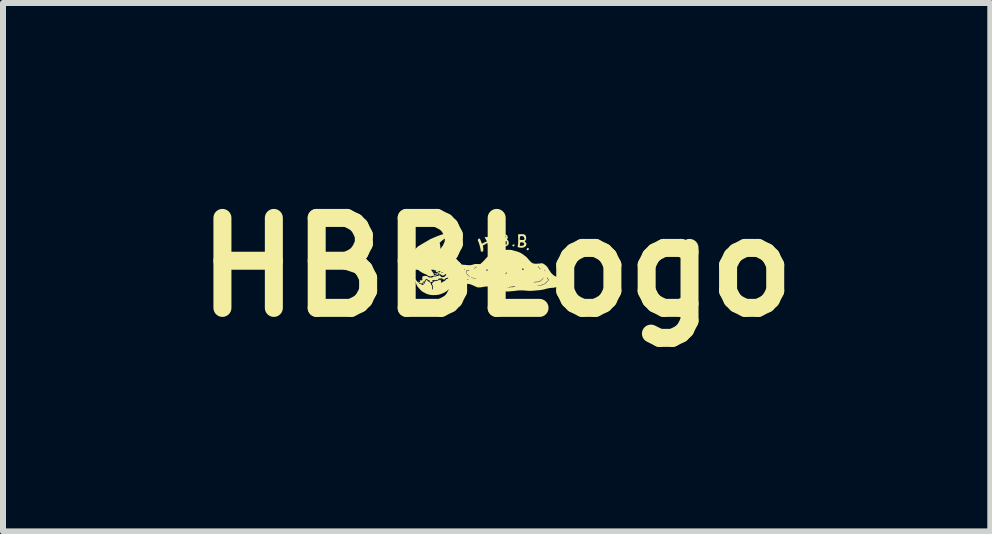
<source format=kicad_pcb>
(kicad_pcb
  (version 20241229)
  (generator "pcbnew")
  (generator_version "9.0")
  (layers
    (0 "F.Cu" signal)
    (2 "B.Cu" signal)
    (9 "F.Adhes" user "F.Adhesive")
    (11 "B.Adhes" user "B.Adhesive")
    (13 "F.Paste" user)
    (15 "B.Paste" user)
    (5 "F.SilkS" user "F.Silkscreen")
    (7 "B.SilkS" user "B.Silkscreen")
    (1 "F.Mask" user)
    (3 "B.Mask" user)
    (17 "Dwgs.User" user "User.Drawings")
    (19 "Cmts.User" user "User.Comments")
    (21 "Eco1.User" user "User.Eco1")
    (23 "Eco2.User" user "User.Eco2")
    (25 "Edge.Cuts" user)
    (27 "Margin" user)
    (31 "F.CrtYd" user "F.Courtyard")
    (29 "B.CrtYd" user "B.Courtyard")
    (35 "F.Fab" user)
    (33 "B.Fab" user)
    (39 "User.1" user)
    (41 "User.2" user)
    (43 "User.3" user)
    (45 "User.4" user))
  (footprint "HBBLogo"
    (layer "F.Cu")
    (at 5.229 1.404)
    (property "Reference" "HBBLogo" (at 0 0 0) (layer "F.SilkS") (effects (font (size 1.5 1.5) (thickness 0.3))))
    (attr board_only exclude_from_pos_files exclude_from_bom)
    (fp_poly (pts (xy -1.203 -0.419) (xy -1.204 -0.418) (xy -1.205 -0.419) (xy -1.204 -0.42)) (stroke (width 0) (type solid)) (fill yes) (layer "F.SilkS"))
    (fp_poly (pts (xy -1.198 -0.421) (xy -1.199 -0.42) (xy -1.2 -0.421) (xy -1.199 -0.423)) (stroke (width 0) (type solid)) (fill yes) (layer "F.SilkS"))
    (fp_poly (pts (xy -1.075 0.041) (xy -1.076 0.043) (xy -1.078 0.041) (xy -1.076 0.04)) (stroke (width 0) (type solid)) (fill yes) (layer "F.SilkS"))
    (fp_poly (pts (xy -1.073 0.254) (xy -1.074 0.255) (xy -1.075 0.254) (xy -1.074 0.253)) (stroke (width 0) (type solid)) (fill yes) (layer "F.SilkS"))
    (fp_poly (pts (xy -1.063 0.076) (xy -1.064 0.078) (xy -1.065 0.076) (xy -1.064 0.075)) (stroke (width 0) (type solid)) (fill yes) (layer "F.SilkS"))
    (fp_poly (pts (xy -1.01 -0.214) (xy -1.011 -0.213) (xy -1.013 -0.214) (xy -1.011 -0.215)) (stroke (width 0) (type solid)) (fill yes) (layer "F.SilkS"))
    (fp_poly (pts (xy -0.985 -0.121) (xy -0.986 -0.12) (xy -0.988 -0.121) (xy -0.986 -0.123)) (stroke (width 0) (type solid)) (fill yes) (layer "F.SilkS"))
    (fp_poly (pts (xy -0.958 -0.249) (xy -0.959 -0.248) (xy -0.96 -0.249) (xy -0.959 -0.25)) (stroke (width 0) (type solid)) (fill yes) (layer "F.SilkS"))
    (fp_poly (pts (xy -0.958 0.201) (xy -0.959 0.203) (xy -0.96 0.201) (xy -0.959 0.2)) (stroke (width 0) (type solid)) (fill yes) (layer "F.SilkS"))
    (fp_poly (pts (xy -0.95 -0.254) (xy -0.951 -0.253) (xy -0.953 -0.254) (xy -0.951 -0.255)) (stroke (width 0) (type solid)) (fill yes) (layer "F.SilkS"))
    (fp_poly (pts (xy -0.94 -0.404) (xy -0.941 -0.403) (xy -0.943 -0.404) (xy -0.941 -0.405)) (stroke (width 0) (type solid)) (fill yes) (layer "F.SilkS"))
    (fp_poly (pts (xy -0.93 -0.339) (xy -0.931 -0.338) (xy -0.933 -0.339) (xy -0.931 -0.34)) (stroke (width 0) (type solid)) (fill yes) (layer "F.SilkS"))
    (fp_poly (pts (xy -0.908 0.146) (xy -0.909 0.148) (xy -0.91 0.146) (xy -0.909 0.145)) (stroke (width 0) (type solid)) (fill yes) (layer "F.SilkS"))
    (fp_poly (pts (xy -0.863 -0.456) (xy -0.864 -0.455) (xy -0.865 -0.456) (xy -0.864 -0.458)) (stroke (width 0) (type solid)) (fill yes) (layer "F.SilkS"))
    (fp_poly (pts (xy -0.853 -0.461) (xy -0.854 -0.46) (xy -0.855 -0.461) (xy -0.854 -0.463)) (stroke (width 0) (type solid)) (fill yes) (layer "F.SilkS"))
    (fp_poly (pts (xy -0.808 -0.119) (xy -0.809 -0.118) (xy -0.81 -0.119) (xy -0.809 -0.12)) (stroke (width 0) (type solid)) (fill yes) (layer "F.SilkS"))
    (fp_poly (pts (xy -0.808 0.056) (xy -0.809 0.058) (xy -0.81 0.056) (xy -0.809 0.055)) (stroke (width 0) (type solid)) (fill yes) (layer "F.SilkS"))
    (fp_poly (pts (xy -0.425 0.321) (xy -0.426 0.323) (xy -0.428 0.321) (xy -0.426 0.32)) (stroke (width 0) (type solid)) (fill yes) (layer "F.SilkS"))
    (fp_poly (pts (xy -1.091 0.272) (xy -1.091 0.277) (xy -1.091 0.278) (xy -1.092 0.278) (xy -1.092 0.275) (xy -1.092 0.271)) (stroke (width 0) (type solid)) (fill yes) (layer "F.SilkS"))
    (fp_poly (pts (xy -0.958 -0.067) (xy -0.958 -0.064) (xy -0.958 -0.063) (xy -0.96 -0.064) (xy -0.96 -0.065) (xy -0.959 -0.067)) (stroke (width 0) (type solid)) (fill yes) (layer "F.SilkS"))
    (fp_poly (pts (xy -0.916 -0.327) (xy -0.916 -0.324) (xy -0.916 -0.323) (xy -0.917 -0.324) (xy -0.918 -0.325) (xy -0.917 -0.327)) (stroke (width 0) (type solid)) (fill yes) (layer "F.SilkS"))
    (fp_poly (pts (xy -0.418 0.323) (xy -0.419 0.325) (xy -0.42 0.325) (xy -0.422 0.324) (xy -0.422 0.323) (xy -0.419 0.323)) (stroke (width 0) (type solid)) (fill yes) (layer "F.SilkS"))
    (fp_poly (pts (xy -1.249 0.204) (xy -1.249 0.207) (xy -1.251 0.209) (xy -1.254 0.207) (xy -1.254 0.203) (xy -1.253 0.202) (xy -1.251 0.202)) (stroke (width 0) (type solid)) (fill yes) (layer "F.SilkS"))
    (fp_poly (pts (xy -1.134 0.219) (xy -1.13 0.221) (xy -1.131 0.222) (xy -1.132 0.223) (xy -1.136 0.221) (xy -1.136 0.22) (xy -1.136 0.219)) (stroke (width 0) (type solid)) (fill yes) (layer "F.SilkS"))
    (fp_poly (pts (xy -0.984 -0.017) (xy -0.985 -0.015) (xy -0.987 -0.014) (xy -0.99 -0.013) (xy -0.989 -0.015) (xy -0.988 -0.015) (xy -0.985 -0.017)) (stroke (width 0) (type solid)) (fill yes) (layer "F.SilkS"))
    (fp_poly (pts (xy -1.023 -0.179) (xy -1.023 -0.178) (xy -1.024 -0.174) (xy -1.025 -0.174) (xy -1.027 -0.174) (xy -1.028 -0.175) (xy -1.026 -0.178) (xy -1.025 -0.179)) (stroke (width 0) (type solid)) (fill yes) (layer "F.SilkS"))
    (fp_poly (pts (xy -0.951 0.197) (xy -0.951 0.198) (xy -0.954 0.2) (xy -0.954 0.2) (xy -0.954 0.198) (xy -0.954 0.198) (xy -0.951 0.195) (xy -0.951 0.195)) (stroke (width 0) (type solid)) (fill yes) (layer "F.SilkS"))
    (fp_poly (pts (xy -0.931 0.199) (xy -0.929 0.204) (xy -0.929 0.205) (xy -0.933 0.202) (xy -0.933 0.202) (xy -0.936 0.198) (xy -0.936 0.196) (xy -0.933 0.195)) (stroke (width 0) (type solid)) (fill yes) (layer "F.SilkS"))
    (fp_poly (pts (xy -1.059 0.065) (xy -1.055 0.07) (xy -1.052 0.076) (xy -1.051 0.08) (xy -1.052 0.08) (xy -1.054 0.079) (xy -1.057 0.075) (xy -1.058 0.072) (xy -1.061 0.065) (xy -1.061 0.063)) (stroke (width 0) (type solid)) (fill yes) (layer "F.SilkS"))
    (fp_poly (pts (xy -0.922 0.21) (xy -0.918 0.211) (xy -0.916 0.213) (xy -0.915 0.215) (xy -0.917 0.214) (xy -0.921 0.213) (xy -0.922 0.212) (xy -0.926 0.21) (xy -0.928 0.209) (xy -0.926 0.209)) (stroke (width 0) (type solid)) (fill yes) (layer "F.SilkS"))
    (fp_poly (pts (xy -0.868 -0.454) (xy -0.871 -0.451) (xy -0.875 -0.448) (xy -0.879 -0.446) (xy -0.883 -0.445) (xy -0.883 -0.446) (xy -0.88 -0.449) (xy -0.879 -0.45) (xy -0.873 -0.453) (xy -0.869 -0.455) (xy -0.869 -0.455)) (stroke (width 0) (type solid)) (fill yes) (layer "F.SilkS"))
    (fp_poly (pts (xy -0.992 -0.009) (xy -0.994 -0.005) (xy -0.999 0.001) (xy -1.003 0.005) (xy -1.012 0.012) (xy -1.019 0.015) (xy -1.022 0.015) (xy -1.03 0.016) (xy -1.036 0.019) (xy -1.041 0.021) (xy -1.043 0.021) (xy -1.043 0.021) (xy -1.04 0.016) (xy -1.033 0.012) (xy -1.027 0.01) (xy -1.019 0.007) (xy -1.011 0.002) (xy -1.006 -0.001) (xy -1 -0.006) (xy -0.995 -0.009) (xy -0.994 -0.01)) (stroke (width 0) (type solid)) (fill yes) (layer "F.SilkS"))
    (fp_poly (pts (xy 0.523 -0.319) (xy 0.525 -0.316) (xy 0.528 -0.314) (xy 0.53 -0.314) (xy 0.534 -0.314) (xy 0.536 -0.313) (xy 0.539 -0.31) (xy 0.539 -0.305) (xy 0.536 -0.299) (xy 0.531 -0.293) (xy 0.525 -0.287) (xy 0.518 -0.283) (xy 0.514 -0.283) (xy 0.507 -0.284) (xy 0.503 -0.286) (xy 0.501 -0.291) (xy 0.501 -0.299) (xy 0.503 -0.307) (xy 0.506 -0.314) (xy 0.508 -0.316) (xy 0.516 -0.32)) (stroke (width 0) (type solid)) (fill yes) (layer "F.SilkS"))
    (fp_poly (pts (xy 0.293 -0.379) (xy 0.297 -0.376) (xy 0.298 -0.37) (xy 0.296 -0.364) (xy 0.292 -0.356) (xy 0.286 -0.35) (xy 0.28 -0.346) (xy 0.277 -0.345) (xy 0.273 -0.347) (xy 0.268 -0.353) (xy 0.266 -0.355) (xy 0.262 -0.363) (xy 0.261 -0.369) (xy 0.262 -0.369) (xy 0.288 -0.369) (xy 0.289 -0.368) (xy 0.29 -0.369) (xy 0.289 -0.37) (xy 0.288 -0.369) (xy 0.262 -0.369) (xy 0.265 -0.373) (xy 0.274 -0.376) (xy 0.277 -0.377) (xy 0.287 -0.379)) (stroke (width 0) (type solid)) (fill yes) (layer "F.SilkS"))
    (fp_poly (pts (xy -0.022 -0.358) (xy -0.019 -0.352) (xy -0.018 -0.342) (xy -0.021 -0.334) (xy -0.028 -0.327) (xy -0.038 -0.323) (xy -0.045 -0.323) (xy -0.05 -0.326) (xy -0.052 -0.331) (xy -0.051 -0.337) (xy -0.042 -0.337) (xy -0.041 -0.335) (xy -0.04 -0.335) (xy -0.038 -0.336) (xy -0.038 -0.337) (xy -0.041 -0.337) (xy -0.042 -0.337) (xy -0.051 -0.337) (xy -0.051 -0.339) (xy -0.045 -0.346) (xy -0.033 -0.346) (xy -0.031 -0.345) (xy -0.03 -0.346) (xy -0.031 -0.348) (xy -0.033 -0.346) (xy -0.045 -0.346) (xy -0.044 -0.348) (xy -0.043 -0.35) (xy -0.038 -0.354) (xy -0.03 -0.354) (xy -0.029 -0.353) (xy -0.028 -0.354) (xy -0.029 -0.355) (xy -0.03 -0.354) (xy -0.038 -0.354) (xy -0.034 -0.357) (xy -0.028 -0.36)) (stroke (width 0) (type solid)) (fill yes) (layer "F.SilkS"))
    (fp_poly (pts (xy 0.415 -0.55) (xy 0.429 -0.55) (xy 0.44 -0.55) (xy 0.449 -0.549) (xy 0.453 -0.548) (xy 0.461 -0.545) (xy 0.469 -0.54) (xy 0.472 -0.538) (xy 0.478 -0.532) (xy 0.482 -0.525) (xy 0.486 -0.516) (xy 0.488 -0.512) (xy 0.49 -0.502) (xy 0.492 -0.495) (xy 0.492 -0.488) (xy 0.491 -0.479) (xy 0.491 -0.474) (xy 0.489 -0.464) (xy 0.487 -0.457) (xy 0.484 -0.451) (xy 0.479 -0.445) (xy 0.476 -0.442) (xy 0.47 -0.436) (xy 0.467 -0.43) (xy 0.466 -0.427) (xy 0.468 -0.424) (xy 0.473 -0.421) (xy 0.479 -0.417) (xy 0.485 -0.411) (xy 0.488 -0.408) (xy 0.492 -0.403) (xy 0.494 -0.399) (xy 0.495 -0.394) (xy 0.494 -0.386) (xy 0.494 -0.383) (xy 0.493 -0.373) (xy 0.491 -0.365) (xy 0.489 -0.36) (xy 0.48 -0.349) (xy 0.467 -0.339) (xy 0.448 -0.33) (xy 0.447 -0.329) (xy 0.437 -0.326) (xy 0.424 -0.325) (xy 0.409 -0.325) (xy 0.393 -0.326) (xy 0.379 -0.328) (xy 0.367 -0.331) (xy 0.35 -0.336) (xy 0.35 -0.346) (xy 0.351 -0.355) (xy 0.352 -0.36) (xy 0.384 -0.36) (xy 0.385 -0.358) (xy 0.387 -0.357) (xy 0.396 -0.356) (xy 0.407 -0.355) (xy 0.419 -0.356) (xy 0.43 -0.358) (xy 0.432 -0.359) (xy 0.444 -0.363) (xy 0.452 -0.368) (xy 0.456 -0.376) (xy 0.458 -0.386) (xy 0.458 -0.387) (xy 0.457 -0.395) (xy 0.456 -0.4) (xy 0.452 -0.403) (xy 0.451 -0.404) (xy 0.443 -0.409) (xy 0.435 -0.412) (xy 0.428 -0.414) (xy 0.418 -0.415) (xy 0.408 -0.415) (xy 0.4 -0.414) (xy 0.394 -0.413) (xy 0.393 -0.412) (xy 0.391 -0.408) (xy 0.39 -0.401) (xy 0.39 -0.399) (xy 0.389 -0.391) (xy 0.388 -0.38) (xy 0.387 -0.373) (xy 0.385 -0.365) (xy 0.384 -0.36) (xy 0.352 -0.36) (xy 0.352 -0.362) (xy 0.352 -0.364) (xy 0.355 -0.373) (xy 0.357 -0.387) (xy 0.358 -0.405) (xy 0.358 -0.408) (xy 0.37 -0.408) (xy 0.371 -0.405) (xy 0.372 -0.406) (xy 0.372 -0.409) (xy 0.372 -0.409) (xy 0.37 -0.409) (xy 0.37 -0.408) (xy 0.358 -0.408) (xy 0.359 -0.427) (xy 0.359 -0.452) (xy 0.359 -0.468) (xy 0.385 -0.468) (xy 0.385 -0.462) (xy 0.387 -0.458) (xy 0.391 -0.457) (xy 0.393 -0.456) (xy 0.408 -0.454) (xy 0.423 -0.453) (xy 0.436 -0.453) (xy 0.446 -0.453) (xy 0.452 -0.455) (xy 0.453 -0.455) (xy 0.457 -0.459) (xy 0.461 -0.464) (xy 0.463 -0.469) (xy 0.463 -0.474) (xy 0.462 -0.48) (xy 0.46 -0.487) (xy 0.456 -0.499) (xy 0.452 -0.507) (xy 0.445 -0.512) (xy 0.436 -0.516) (xy 0.436 -0.516) (xy 0.421 -0.52) (xy 0.407 -0.519) (xy 0.398 -0.516) (xy 0.393 -0.514) (xy 0.39 -0.511) (xy 0.388 -0.507) (xy 0.387 -0.5) (xy 0.387 -0.496) (xy 0.386 -0.485) (xy 0.385 -0.475) (xy 0.385 -0.468) (xy 0.359 -0.468) (xy 0.358 -0.48) (xy 0.358 -0.485) (xy 0.358 -0.495) (xy 0.366 -0.495) (xy 0.366 -0.49) (xy 0.366 -0.488) (xy 0.367 -0.489) (xy 0.367 -0.497) (xy 0.367 -0.501) (xy 0.366 -0.502) (xy 0.366 -0.499) (xy 0.366 -0.495) (xy 0.358 -0.495) (xy 0.357 -0.539) (xy 0.365 -0.539) (xy 0.366 -0.536) (xy 0.367 -0.536) (xy 0.367 -0.539) (xy 0.367 -0.541) (xy 0.366 -0.541) (xy 0.365 -0.539) (xy 0.357 -0.539) (xy 0.356 -0.546) (xy 0.362 -0.548) (xy 0.367 -0.549) (xy 0.376 -0.55) (xy 0.388 -0.55) (xy 0.401 -0.55)) (stroke (width 0) (type solid)) (fill yes) (layer "F.SilkS"))
    (fp_poly (pts (xy 0.116 -0.55) (xy 0.129 -0.549) (xy 0.14 -0.547) (xy 0.143 -0.546) (xy 0.158 -0.541) (xy 0.169 -0.535) (xy 0.176 -0.527) (xy 0.181 -0.516) (xy 0.183 -0.508) (xy 0.184 -0.499) (xy 0.185 -0.493) (xy 0.183 -0.487) (xy 0.179 -0.479) (xy 0.179 -0.478) (xy 0.172 -0.463) (xy 0.183 -0.451) (xy 0.192 -0.44) (xy 0.198 -0.428) (xy 0.2 -0.415) (xy 0.2 -0.399) (xy 0.199 -0.391) (xy 0.197 -0.382) (xy 0.194 -0.376) (xy 0.188 -0.37) (xy 0.187 -0.369) (xy 0.179 -0.362) (xy 0.171 -0.357) (xy 0.164 -0.353) (xy 0.154 -0.35) (xy 0.142 -0.348) (xy 0.127 -0.345) (xy 0.12 -0.344) (xy 0.105 -0.342) (xy 0.094 -0.341) (xy 0.084 -0.341) (xy 0.076 -0.342) (xy 0.075 -0.342) (xy 0.071 -0.344) (xy 0.071 -0.348) (xy 0.071 -0.348) (xy 0.071 -0.353) (xy 0.071 -0.361) (xy 0.071 -0.372) (xy 0.07 -0.385) (xy 0.07 -0.391) (xy 0.067 -0.419) (xy 0.102 -0.419) (xy 0.103 -0.408) (xy 0.104 -0.399) (xy 0.105 -0.388) (xy 0.105 -0.382) (xy 0.105 -0.368) (xy 0.116 -0.368) (xy 0.124 -0.368) (xy 0.134 -0.371) (xy 0.139 -0.373) (xy 0.148 -0.375) (xy 0.155 -0.377) (xy 0.159 -0.378) (xy 0.162 -0.378) (xy 0.165 -0.38) (xy 0.167 -0.385) (xy 0.167 -0.394) (xy 0.168 -0.406) (xy 0.167 -0.419) (xy 0.166 -0.424) (xy 0.175 -0.424) (xy 0.176 -0.423) (xy 0.178 -0.424) (xy 0.176 -0.425) (xy 0.175 -0.424) (xy 0.166 -0.424) (xy 0.166 -0.427) (xy 0.163 -0.433) (xy 0.158 -0.435) (xy 0.15 -0.436) (xy 0.148 -0.436) (xy 0.137 -0.435) (xy 0.124 -0.43) (xy 0.119 -0.428) (xy 0.102 -0.419) (xy 0.067 -0.419) (xy 0.067 -0.422) (xy 0.062 -0.453) (xy 0.06 -0.459) (xy 0.09 -0.459) (xy 0.091 -0.458) (xy 0.093 -0.459) (xy 0.091 -0.46) (xy 0.09 -0.459) (xy 0.06 -0.459) (xy 0.059 -0.464) (xy 0.16 -0.464) (xy 0.161 -0.463) (xy 0.163 -0.464) (xy 0.161 -0.465) (xy 0.16 -0.464) (xy 0.059 -0.464) (xy 0.055 -0.483) (xy 0.05 -0.5) (xy 0.047 -0.511) (xy 0.047 -0.511) (xy 0.058 -0.511) (xy 0.059 -0.51) (xy 0.06 -0.511) (xy 0.059 -0.513) (xy 0.058 -0.511) (xy 0.047 -0.511) (xy 0.045 -0.523) (xy 0.045 -0.525) (xy 0.077 -0.525) (xy 0.077 -0.525) (xy 0.078 -0.517) (xy 0.081 -0.508) (xy 0.084 -0.498) (xy 0.088 -0.489) (xy 0.091 -0.481) (xy 0.093 -0.476) (xy 0.094 -0.475) (xy 0.098 -0.476) (xy 0.105 -0.478) (xy 0.112 -0.48) (xy 0.121 -0.483) (xy 0.128 -0.485) (xy 0.132 -0.485) (xy 0.138 -0.487) (xy 0.145 -0.492) (xy 0.152 -0.499) (xy 0.156 -0.506) (xy 0.157 -0.51) (xy 0.17 -0.51) (xy 0.171 -0.508) (xy 0.172 -0.508) (xy 0.172 -0.511) (xy 0.172 -0.512) (xy 0.17 -0.511) (xy 0.17 -0.51) (xy 0.157 -0.51) (xy 0.158 -0.514) (xy 0.156 -0.519) (xy 0.168 -0.519) (xy 0.169 -0.518) (xy 0.17 -0.519) (xy 0.169 -0.52) (xy 0.168 -0.519) (xy 0.156 -0.519) (xy 0.155 -0.52) (xy 0.149 -0.524) (xy 0.144 -0.525) (xy 0.144 -0.527) (xy 0.143 -0.529) (xy 0.137 -0.531) (xy 0.128 -0.532) (xy 0.116 -0.532) (xy 0.11 -0.532) (xy 0.095 -0.532) (xy 0.085 -0.53) (xy 0.079 -0.528) (xy 0.077 -0.525) (xy 0.045 -0.525) (xy 0.045 -0.528) (xy 0.044 -0.543) (xy 0.054 -0.546) (xy 0.062 -0.548) (xy 0.073 -0.549) (xy 0.087 -0.55) (xy 0.102 -0.55)) (stroke (width 0) (type solid)) (fill yes) (layer "F.SilkS"))
    (fp_poly (pts (xy -0.192 -0.505) (xy -0.182 -0.502) (xy -0.17 -0.501) (xy -0.158 -0.504) (xy -0.157 -0.504) (xy -0.149 -0.506) (xy -0.145 -0.506) (xy -0.144 -0.505) (xy -0.143 -0.502) (xy -0.145 -0.5) (xy -0.146 -0.498) (xy -0.146 -0.494) (xy -0.144 -0.49) (xy -0.142 -0.484) (xy -0.139 -0.474) (xy -0.136 -0.463) (xy -0.134 -0.454) (xy -0.131 -0.442) (xy -0.128 -0.432) (xy -0.125 -0.424) (xy -0.123 -0.421) (xy -0.121 -0.414) (xy -0.12 -0.407) (xy -0.119 -0.399) (xy -0.116 -0.395) (xy -0.113 -0.394) (xy -0.111 -0.393) (xy -0.11 -0.39) (xy -0.109 -0.383) (xy -0.109 -0.373) (xy -0.109 -0.369) (xy -0.108 -0.357) (xy -0.107 -0.348) (xy -0.106 -0.343) (xy -0.105 -0.342) (xy -0.103 -0.337) (xy -0.103 -0.333) (xy -0.101 -0.329) (xy -0.099 -0.328) (xy -0.095 -0.326) (xy -0.096 -0.322) (xy -0.101 -0.315) (xy -0.103 -0.313) (xy -0.107 -0.307) (xy -0.11 -0.303) (xy -0.11 -0.301) (xy -0.112 -0.297) (xy -0.116 -0.296) (xy -0.119 -0.297) (xy -0.125 -0.3) (xy -0.131 -0.301) (xy -0.135 -0.303) (xy -0.137 -0.306) (xy -0.137 -0.309) (xy -0.135 -0.31) (xy -0.134 -0.311) (xy -0.136 -0.314) (xy -0.137 -0.318) (xy -0.139 -0.325) (xy -0.142 -0.336) (xy -0.144 -0.352) (xy -0.147 -0.371) (xy -0.148 -0.386) (xy -0.115 -0.386) (xy -0.114 -0.383) (xy -0.114 -0.383) (xy -0.113 -0.387) (xy -0.113 -0.388) (xy -0.114 -0.389) (xy -0.115 -0.386) (xy -0.148 -0.386) (xy -0.149 -0.39) (xy -0.15 -0.398) (xy -0.151 -0.404) (xy -0.152 -0.406) (xy -0.154 -0.405) (xy -0.16 -0.402) (xy -0.168 -0.397) (xy -0.179 -0.391) (xy -0.184 -0.387) (xy -0.196 -0.38) (xy -0.207 -0.373) (xy -0.216 -0.368) (xy -0.223 -0.364) (xy -0.224 -0.364) (xy -0.232 -0.36) (xy -0.229 -0.347) (xy -0.226 -0.334) (xy -0.224 -0.32) (xy -0.223 -0.306) (xy -0.223 -0.293) (xy -0.224 -0.28) (xy -0.225 -0.269) (xy -0.227 -0.26) (xy -0.23 -0.254) (xy -0.233 -0.253) (xy -0.236 -0.254) (xy -0.237 -0.258) (xy -0.236 -0.262) (xy -0.235 -0.266) (xy -0.236 -0.267) (xy -0.241 -0.266) (xy -0.244 -0.264) (xy -0.252 -0.261) (xy -0.258 -0.26) (xy -0.263 -0.261) (xy -0.265 -0.263) (xy -0.265 -0.269) (xy -0.265 -0.269) (xy -0.265 -0.271) (xy -0.253 -0.271) (xy -0.251 -0.27) (xy -0.248 -0.273) (xy -0.247 -0.274) (xy -0.245 -0.277) (xy -0.246 -0.277) (xy -0.248 -0.275) (xy -0.252 -0.272) (xy -0.253 -0.271) (xy -0.265 -0.271) (xy -0.266 -0.278) (xy -0.266 -0.279) (xy -0.236 -0.279) (xy -0.235 -0.278) (xy -0.233 -0.28) (xy -0.233 -0.284) (xy -0.233 -0.288) (xy -0.233 -0.29) (xy -0.235 -0.288) (xy -0.236 -0.284) (xy -0.236 -0.279) (xy -0.266 -0.279) (xy -0.267 -0.289) (xy -0.268 -0.293) (xy -0.258 -0.293) (xy -0.256 -0.29) (xy -0.255 -0.29) (xy -0.253 -0.292) (xy -0.253 -0.293) (xy -0.254 -0.295) (xy -0.255 -0.295) (xy -0.257 -0.293) (xy -0.258 -0.293) (xy -0.268 -0.293) (xy -0.269 -0.302) (xy -0.272 -0.316) (xy -0.275 -0.328) (xy -0.276 -0.334) (xy -0.237 -0.334) (xy -0.237 -0.331) (xy -0.236 -0.331) (xy -0.235 -0.334) (xy -0.236 -0.336) (xy -0.237 -0.336) (xy -0.237 -0.334) (xy -0.276 -0.334) (xy -0.277 -0.338) (xy -0.278 -0.341) (xy -0.281 -0.351) (xy -0.283 -0.361) (xy -0.284 -0.363) (xy -0.285 -0.369) (xy -0.288 -0.379) (xy -0.292 -0.391) (xy -0.297 -0.405) (xy -0.302 -0.418) (xy -0.304 -0.424) (xy -0.29 -0.424) (xy -0.289 -0.423) (xy -0.288 -0.424) (xy -0.289 -0.425) (xy -0.29 -0.424) (xy -0.304 -0.424) (xy -0.307 -0.429) (xy -0.307 -0.43) (xy -0.293 -0.43) (xy -0.292 -0.428) (xy -0.291 -0.428) (xy -0.291 -0.431) (xy -0.291 -0.432) (xy -0.292 -0.431) (xy -0.293 -0.43) (xy -0.307 -0.43) (xy -0.31 -0.438) (xy -0.312 -0.441) (xy -0.314 -0.451) (xy -0.314 -0.454) (xy -0.303 -0.454) (xy -0.301 -0.453) (xy -0.3 -0.454) (xy -0.301 -0.455) (xy -0.303 -0.454) (xy -0.314 -0.454) (xy -0.314 -0.458) (xy -0.313 -0.46) (xy -0.305 -0.46) (xy -0.304 -0.458) (xy -0.304 -0.458) (xy -0.302 -0.459) (xy -0.301 -0.46) (xy -0.301 -0.462) (xy -0.302 -0.463) (xy -0.305 -0.461) (xy -0.305 -0.46) (xy -0.313 -0.46) (xy -0.312 -0.463) (xy -0.31 -0.466) (xy -0.29 -0.466) (xy -0.289 -0.465) (xy -0.288 -0.466) (xy -0.289 -0.468) (xy -0.29 -0.466) (xy -0.31 -0.466) (xy -0.31 -0.467) (xy -0.305 -0.471) (xy -0.298 -0.474) (xy -0.29 -0.477) (xy -0.285 -0.479) (xy -0.283 -0.48) (xy -0.283 -0.478) (xy -0.283 -0.477) (xy -0.281 -0.474) (xy -0.278 -0.467) (xy -0.275 -0.463) (xy -0.272 -0.456) (xy -0.267 -0.446) (xy -0.262 -0.433) (xy -0.257 -0.421) (xy -0.253 -0.408) (xy -0.25 -0.4) (xy -0.247 -0.395) (xy -0.246 -0.393) (xy -0.244 -0.392) (xy -0.242 -0.394) (xy -0.241 -0.394) (xy -0.241 -0.394) (xy -0.228 -0.394) (xy -0.226 -0.393) (xy -0.225 -0.394) (xy -0.226 -0.395) (xy -0.228 -0.394) (xy -0.241 -0.394) (xy -0.239 -0.395) (xy -0.221 -0.395) (xy -0.221 -0.395) (xy -0.217 -0.396) (xy -0.213 -0.399) (xy -0.209 -0.401) (xy -0.209 -0.402) (xy -0.209 -0.402) (xy -0.213 -0.401) (xy -0.218 -0.399) (xy -0.221 -0.396) (xy -0.221 -0.395) (xy -0.239 -0.395) (xy -0.236 -0.397) (xy -0.229 -0.401) (xy -0.218 -0.406) (xy -0.207 -0.412) (xy -0.207 -0.412) (xy -0.157 -0.412) (xy -0.156 -0.41) (xy -0.155 -0.41) (xy -0.153 -0.411) (xy -0.153 -0.412) (xy -0.156 -0.412) (xy -0.157 -0.412) (xy -0.207 -0.412) (xy -0.196 -0.417) (xy -0.185 -0.422) (xy -0.176 -0.426) (xy -0.17 -0.428) (xy -0.167 -0.429) (xy -0.167 -0.429) (xy -0.163 -0.428) (xy -0.163 -0.429) (xy -0.163 -0.431) (xy -0.165 -0.437) (xy -0.17 -0.445) (xy -0.173 -0.449) (xy -0.183 -0.466) (xy -0.19 -0.479) (xy -0.195 -0.489) (xy -0.165 -0.489) (xy -0.164 -0.488) (xy -0.163 -0.489) (xy -0.164 -0.49) (xy -0.165 -0.489) (xy -0.195 -0.489) (xy -0.196 -0.491) (xy -0.198 -0.499) (xy -0.199 -0.505) (xy -0.196 -0.506)) (stroke (width 0) (type solid)) (fill yes) (layer "F.SilkS"))
    (fp_poly (pts (xy -0.674 0.097) (xy -0.674 0.101) (xy -0.676 0.106) (xy -0.678 0.111) (xy -0.681 0.12) (xy -0.681 0.125) (xy -0.683 0.135) (xy -0.686 0.146) (xy -0.688 0.155) (xy -0.69 0.164) (xy -0.692 0.173) (xy -0.693 0.179) (xy -0.694 0.186) (xy -0.696 0.196) (xy -0.7 0.207) (xy -0.704 0.218) (xy -0.707 0.224) (xy -0.71 0.23) (xy -0.71 0.234) (xy -0.71 0.235) (xy -0.711 0.239) (xy -0.713 0.246) (xy -0.713 0.247) (xy -0.715 0.254) (xy -0.716 0.258) (xy -0.716 0.259) (xy -0.716 0.263) (xy -0.719 0.27) (xy -0.723 0.279) (xy -0.728 0.29) (xy -0.734 0.3) (xy -0.739 0.311) (xy -0.745 0.319) (xy -0.747 0.322) (xy -0.752 0.328) (xy -0.761 0.337) (xy -0.771 0.346) (xy -0.781 0.355) (xy -0.793 0.364) (xy -0.804 0.373) (xy -0.814 0.382) (xy -0.821 0.388) (xy -0.829 0.395) (xy -0.838 0.402) (xy -0.844 0.406) (xy -0.845 0.406) (xy -0.853 0.411) (xy -0.861 0.416) (xy -0.861 0.416) (xy -0.869 0.421) (xy -0.881 0.427) (xy -0.896 0.433) (xy -0.911 0.44) (xy -0.928 0.446) (xy -0.943 0.451) (xy -0.957 0.456) (xy -0.968 0.458) (xy -0.973 0.459) (xy -0.981 0.46) (xy -0.992 0.461) (xy -1.001 0.463) (xy -1.009 0.463) (xy -1.021 0.464) (xy -1.035 0.464) (xy -1.05 0.465) (xy -1.064 0.465) (xy -1.077 0.464) (xy -1.088 0.464) (xy -1.093 0.463) (xy -1.126 0.457) (xy -1.155 0.449) (xy -1.18 0.438) (xy -1.193 0.432) (xy -1.202 0.426) (xy -1.214 0.42) (xy -1.223 0.415) (xy -1.231 0.411) (xy -1.238 0.407) (xy -1.244 0.403) (xy -1.25 0.398) (xy -1.257 0.392) (xy -1.265 0.384) (xy -1.275 0.373) (xy -1.287 0.359) (xy -1.288 0.359) (xy -1.302 0.343) (xy -1.313 0.329) (xy -1.321 0.319) (xy -1.327 0.311) (xy -1.329 0.306) (xy -1.332 0.298) (xy -1.334 0.292) (xy -1.335 0.29) (xy -1.336 0.286) (xy -1.34 0.281) (xy -1.341 0.278) (xy -1.345 0.27) (xy -1.348 0.26) (xy -1.35 0.254) (xy -1.352 0.245) (xy -1.354 0.239) (xy -1.356 0.236) (xy -1.358 0.233) (xy -1.362 0.226) (xy -1.367 0.217) (xy -1.369 0.213) (xy -1.373 0.203) (xy -1.375 0.196) (xy -1.376 0.192) (xy -1.375 0.189) (xy -1.374 0.188) (xy -1.371 0.186) (xy -1.369 0.188) (xy -1.369 0.189) (xy -1.366 0.193) (xy -1.361 0.199) (xy -1.358 0.201) (xy -1.35 0.208) (xy -1.343 0.215) (xy -1.342 0.218) (xy -1.337 0.223) (xy -1.331 0.231) (xy -1.322 0.24) (xy -1.312 0.25) (xy -1.31 0.252) (xy -1.3 0.262) (xy -1.292 0.269) (xy -1.286 0.274) (xy -1.282 0.276) (xy -1.277 0.278) (xy -1.274 0.278) (xy -1.264 0.281) (xy -1.252 0.287) (xy -1.251 0.288) (xy -1.237 0.297) (xy -1.227 0.293) (xy -1.217 0.286) (xy -1.207 0.276) (xy -1.199 0.264) (xy -1.194 0.251) (xy -1.191 0.243) (xy -1.187 0.235) (xy -1.186 0.233) (xy -1.183 0.225) (xy -1.182 0.22) (xy -1.178 0.214) (xy -1.173 0.212) (xy -1.166 0.214) (xy -1.159 0.218) (xy -1.149 0.228) (xy -1.138 0.237) (xy -1.128 0.244) (xy -1.12 0.25) (xy -1.113 0.254) (xy -1.109 0.255) (xy -1.108 0.254) (xy -1.109 0.251) (xy -1.112 0.245) (xy -1.115 0.239) (xy -1.118 0.233) (xy -1.12 0.231) (xy -1.121 0.228) (xy -1.121 0.226) (xy -1.119 0.224) (xy -1.117 0.224) (xy -1.115 0.224) (xy -1.115 0.223) (xy -1.117 0.221) (xy -1.123 0.219) (xy -1.132 0.216) (xy -1.134 0.215) (xy -1.145 0.211) (xy -1.15 0.209) (xy -0.995 0.209) (xy -0.994 0.21) (xy -0.993 0.209) (xy -0.994 0.208) (xy -0.995 0.209) (xy -1.15 0.209) (xy -1.153 0.207) (xy -1.158 0.202) (xy -1.161 0.197) (xy -1.162 0.194) (xy -1.165 0.194) (xy -1.169 0.197) (xy -1.17 0.199) (xy -1.176 0.203) (xy -1.182 0.205) (xy -1.183 0.205) (xy -1.187 0.207) (xy -1.192 0.213) (xy -1.197 0.22) (xy -1.2 0.229) (xy -1.201 0.234) (xy -1.203 0.239) (xy -1.205 0.247) (xy -1.209 0.255) (xy -1.213 0.264) (xy -1.217 0.272) (xy -1.22 0.278) (xy -1.222 0.28) (xy -1.225 0.279) (xy -1.228 0.277) (xy -1.23 0.276) (xy -1.231 0.274) (xy -1.229 0.27) (xy -1.224 0.263) (xy -1.219 0.257) (xy -1.216 0.251) (xy -1.215 0.249) (xy -1.214 0.245) (xy -1.21 0.239) (xy -1.21 0.239) (xy -1.206 0.234) (xy -1.206 0.231) (xy -1.21 0.231) (xy -1.211 0.232) (xy -1.216 0.236) (xy -1.222 0.242) (xy -1.228 0.25) (xy -1.234 0.258) (xy -1.237 0.264) (xy -1.238 0.266) (xy -1.238 0.27) (xy -1.241 0.272) (xy -1.247 0.272) (xy -1.256 0.271) (xy -1.268 0.269) (xy -1.281 0.266) (xy -1.29 0.262) (xy -1.298 0.256) (xy -1.304 0.249) (xy -1.308 0.243) (xy -1.31 0.24) (xy -1.308 0.239) (xy -1.305 0.239) (xy -1.301 0.241) (xy -1.3 0.243) (xy -1.298 0.245) (xy -1.293 0.247) (xy -1.287 0.25) (xy -1.281 0.251) (xy -1.278 0.251) (xy -1.276 0.248) (xy -1.276 0.241) (xy -1.278 0.234) (xy -1.28 0.226) (xy -1.281 0.225) (xy -1.283 0.219) (xy -1.282 0.216) (xy -1.277 0.217) (xy -1.27 0.219) (xy -1.264 0.221) (xy -1.26 0.22) (xy -1.26 0.22) (xy -1.258 0.218) (xy -1.253 0.219) (xy -1.247 0.219) (xy -1.243 0.218) (xy -1.24 0.214) (xy -1.239 0.207) (xy -1.239 0.197) (xy -1.24 0.182) (xy -1.241 0.17) (xy -1.242 0.164) (xy -1.24 0.16) (xy -1.236 0.157) (xy -1.231 0.154) (xy -1.223 0.15) (xy -1.212 0.147) (xy -1.198 0.145) (xy -1.187 0.144) (xy -1.178 0.144) (xy -1.17 0.145) (xy -1.163 0.148) (xy -1.154 0.153) (xy -1.142 0.161) (xy -1.142 0.161) (xy -1.132 0.167) (xy -1.125 0.17) (xy -1.121 0.172) (xy -1.118 0.171) (xy -1.113 0.17) (xy -1.103 0.17) (xy -1.097 0.171) (xy -1.085 0.172) (xy -1.076 0.172) (xy -1.07 0.17) (xy -1.068 0.167) (xy -1.068 0.166) (xy -1.067 0.164) (xy -1.062 0.161) (xy -1.055 0.158) (xy -1.048 0.155) (xy -1.041 0.154) (xy -1.037 0.154) (xy -1.029 0.154) (xy -1.018 0.153) (xy -1.004 0.15) (xy -0.989 0.146) (xy -0.974 0.142) (xy -0.95 0.134) (xy -0.933 0.151) (xy -0.925 0.159) (xy -0.919 0.163) (xy -0.915 0.166) (xy -0.91 0.167) (xy -0.905 0.168) (xy -0.903 0.168) (xy -0.895 0.167) (xy -0.886 0.164) (xy -0.877 0.161) (xy -0.869 0.157) (xy -0.863 0.153) (xy -0.861 0.15) (xy -0.861 0.149) (xy -0.86 0.147) (xy -0.855 0.142) (xy -0.847 0.136) (xy -0.839 0.131) (xy -0.829 0.124) (xy -0.822 0.118) (xy -0.817 0.114) (xy -0.816 0.112) (xy -0.815 0.108) (xy -0.811 0.104) (xy -0.81 0.103) (xy -0.803 0.098) (xy -0.805 0.108) (xy -0.807 0.12) (xy -0.807 0.132) (xy -0.806 0.142) (xy -0.804 0.149) (xy -0.804 0.149) (xy -0.801 0.156) (xy -0.798 0.159) (xy -0.797 0.162) (xy -0.798 0.165) (xy -0.802 0.168) (xy -0.809 0.172) (xy -0.811 0.172) (xy -0.82 0.176) (xy -0.827 0.179) (xy -0.831 0.179) (xy -0.836 0.18) (xy -0.844 0.183) (xy -0.853 0.188) (xy -0.862 0.194) (xy -0.868 0.199) (xy -0.87 0.202) (xy -0.87 0.204) (xy -0.872 0.208) (xy -0.877 0.211) (xy -0.877 0.211) (xy -0.885 0.212) (xy -0.89 0.214) (xy -0.894 0.215) (xy -0.894 0.214) (xy -0.891 0.213) (xy -0.885 0.208) (xy -0.883 0.203) (xy -0.885 0.199) (xy -0.889 0.197) (xy -0.894 0.198) (xy -0.894 0.198) (xy -0.901 0.2) (xy -0.906 0.198) (xy -0.907 0.193) (xy -0.907 0.191) (xy -0.906 0.188) (xy -0.908 0.186) (xy -0.913 0.185) (xy -0.916 0.185) (xy -0.925 0.185) (xy -0.932 0.186) (xy -0.933 0.187) (xy -0.939 0.189) (xy -0.947 0.19) (xy -0.952 0.19) (xy -0.961 0.191) (xy -0.97 0.193) (xy -0.977 0.195) (xy -0.982 0.198) (xy -0.983 0.2) (xy -0.981 0.202) (xy -0.978 0.202) (xy -0.976 0.2) (xy -0.973 0.198) (xy -0.969 0.199) (xy -0.968 0.202) (xy -0.97 0.206) (xy -0.977 0.21) (xy -0.987 0.213) (xy -0.988 0.213) (xy -0.995 0.215) (xy -1 0.216) (xy -1.004 0.217) (xy -1.004 0.217) (xy -1.001 0.214) (xy -0.998 0.211) (xy -0.998 0.21) (xy -1.003 0.211) (xy -1.01 0.214) (xy -1.017 0.216) (xy -1.023 0.217) (xy -1.031 0.216) (xy -1.042 0.215) (xy -1.042 0.215) (xy -1.063 0.212) (xy -1.07 0.219) (xy -1.074 0.223) (xy -1.075 0.226) (xy -1.072 0.228) (xy -1.072 0.228) (xy -1.069 0.231) (xy -1.07 0.234) (xy -1.073 0.237) (xy -1.077 0.241) (xy -1.077 0.242) (xy -1.075 0.241) (xy -1.07 0.237) (xy -1.064 0.233) (xy -1.055 0.226) (xy -1.047 0.223) (xy -1.046 0.223) (xy -1.039 0.223) (xy -1.045 0.224) (xy -1.051 0.227) (xy -1.057 0.231) (xy -1.063 0.236) (xy -1.07 0.243) (xy -1.076 0.246) (xy -1.081 0.248) (xy -1.082 0.248) (xy -1.089 0.246) (xy -1.094 0.243) (xy -1.096 0.241) (xy -1.099 0.242) (xy -1.101 0.244) (xy -1.105 0.251) (xy -1.104 0.259) (xy -1.1 0.269) (xy -1.1 0.269) (xy -1.097 0.275) (xy -1.095 0.28) (xy -1.095 0.281) (xy -1.094 0.286) (xy -1.091 0.293) (xy -1.087 0.298) (xy -1.087 0.298) (xy -1.085 0.3) (xy -1.082 0.307) (xy -1.078 0.315) (xy -1.078 0.315) (xy -1.074 0.324) (xy -1.072 0.33) (xy -1.073 0.333) (xy -1.074 0.334) (xy -1.075 0.338) (xy -1.075 0.346) (xy -1.074 0.354) (xy -1.073 0.363) (xy -1.071 0.37) (xy -1.069 0.374) (xy -1.068 0.374) (xy -1.066 0.373) (xy -1.065 0.37) (xy -1.064 0.366) (xy -1.063 0.365) (xy -1.061 0.363) (xy -1.061 0.357) (xy -1.061 0.349) (xy -1.061 0.339) (xy -1.061 0.33) (xy -1.062 0.323) (xy -1.063 0.319) (xy -1.063 0.318) (xy -1.065 0.314) (xy -1.066 0.307) (xy -1.066 0.306) (xy -1.066 0.301) (xy -1.068 0.298) (xy -1.068 0.298) (xy -1.07 0.299) (xy -1.07 0.3) (xy -1.072 0.302) (xy -1.073 0.301) (xy -1.075 0.298) (xy -1.074 0.295) (xy -1.074 0.29) (xy -1.075 0.289) (xy -1.077 0.285) (xy -1.078 0.279) (xy -1.078 0.278) (xy -1.077 0.273) (xy -1.076 0.269) (xy -1.072 0.264) (xy -1.066 0.257) (xy -1.06 0.251) (xy -1.051 0.243) (xy -1.045 0.237) (xy -1.041 0.234) (xy -1.037 0.233) (xy -1.031 0.232) (xy -1.029 0.232) (xy -1.012 0.231) (xy -0.993 0.226) (xy -0.971 0.218) (xy -0.968 0.217) (xy -0.955 0.212) (xy -0.945 0.209) (xy -0.939 0.21) (xy -0.938 0.212) (xy -0.936 0.215) (xy -0.932 0.22) (xy -0.93 0.222) (xy -0.925 0.228) (xy -0.924 0.232) (xy -0.925 0.235) (xy -0.926 0.241) (xy -0.926 0.244) (xy -0.926 0.249) (xy -0.928 0.251) (xy -0.93 0.256) (xy -0.928 0.258) (xy -0.925 0.259) (xy -0.919 0.257) (xy -0.913 0.254) (xy -0.905 0.249) (xy -0.898 0.245) (xy -0.895 0.243) (xy -0.889 0.24) (xy -0.885 0.236) (xy -0.88 0.233) (xy -0.876 0.233) (xy -0.872 0.231) (xy -0.865 0.227) (xy -0.859 0.221) (xy -0.852 0.215) (xy -0.848 0.209) (xy -0.846 0.205) (xy -0.846 0.204) (xy -0.845 0.201) (xy -0.84 0.199) (xy -0.836 0.198) (xy -0.826 0.195) (xy -0.817 0.191) (xy -0.815 0.19) (xy -0.808 0.187) (xy -0.802 0.185) (xy -0.801 0.185) (xy -0.797 0.184) (xy -0.789 0.18) (xy -0.781 0.174) (xy -0.772 0.168) (xy -0.765 0.162) (xy -0.762 0.159) (xy -0.757 0.154) (xy -0.754 0.151) (xy -0.753 0.151) (xy -0.748 0.149) (xy -0.74 0.145) (xy -0.732 0.14) (xy -0.727 0.135) (xy -0.725 0.134) (xy -0.721 0.13) (xy -0.718 0.128) (xy -0.717 0.128) (xy -0.714 0.126) (xy -0.709 0.122) (xy -0.703 0.116) (xy -0.697 0.11) (xy -0.693 0.104) (xy -0.691 0.102) (xy -0.687 0.099) (xy -0.682 0.097) (xy -0.676 0.096)) (stroke (width 0) (type solid)) (fill yes) (layer "F.SilkS"))
    (fp_poly (pts (xy -0.792 -0.556) (xy -0.786 -0.555) (xy -0.78 -0.553) (xy -0.776 -0.552) (xy -0.768 -0.549) (xy -0.763 -0.547) (xy -0.761 -0.545) (xy -0.76 -0.543) (xy -0.756 -0.54) (xy -0.755 -0.54) (xy -0.75 -0.537) (xy -0.743 -0.532) (xy -0.735 -0.526) (xy -0.727 -0.519) (xy -0.721 -0.513) (xy -0.716 -0.509) (xy -0.716 -0.508) (xy -0.717 -0.506) (xy -0.723 -0.504) (xy -0.73 -0.503) (xy -0.741 -0.501) (xy -0.751 -0.501) (xy -0.761 -0.502) (xy -0.768 -0.504) (xy -0.771 -0.507) (xy -0.775 -0.509) (xy -0.782 -0.51) (xy -0.792 -0.508) (xy -0.805 -0.504) (xy -0.811 -0.501) (xy -0.821 -0.497) (xy -0.829 -0.494) (xy -0.834 -0.493) (xy -0.835 -0.493) (xy -0.84 -0.491) (xy -0.849 -0.487) (xy -0.86 -0.48) (xy -0.872 -0.472) (xy -0.885 -0.463) (xy -0.898 -0.454) (xy -0.91 -0.444) (xy -0.92 -0.435) (xy -0.922 -0.433) (xy -0.93 -0.425) (xy -0.938 -0.419) (xy -0.943 -0.414) (xy -0.944 -0.413) (xy -0.948 -0.41) (xy -0.949 -0.405) (xy -0.949 -0.4) (xy -0.948 -0.394) (xy -0.948 -0.391) (xy -0.947 -0.391) (xy -0.947 -0.389) (xy -0.946 -0.386) (xy -0.945 -0.381) (xy -0.944 -0.373) (xy -0.942 -0.365) (xy -0.94 -0.357) (xy -0.939 -0.349) (xy -0.939 -0.341) (xy -0.939 -0.329) (xy -0.94 -0.323) (xy -0.941 -0.311) (xy -0.943 -0.3) (xy -0.944 -0.292) (xy -0.945 -0.289) (xy -0.949 -0.283) (xy -0.955 -0.276) (xy -0.962 -0.269) (xy -0.969 -0.263) (xy -0.975 -0.258) (xy -0.98 -0.256) (xy -0.98 -0.256) (xy -0.983 -0.256) (xy -0.987 -0.254) (xy -0.991 -0.249) (xy -0.997 -0.241) (xy -1.005 -0.23) (xy -1.013 -0.219) (xy -1.023 -0.205) (xy -1.031 -0.195) (xy -1.038 -0.189) (xy -1.043 -0.188) (xy -1.047 -0.185) (xy -1.049 -0.18) (xy -1.049 -0.173) (xy -1.049 -0.172) (xy -1.046 -0.168) (xy -1.04 -0.163) (xy -1.038 -0.161) (xy -1.032 -0.157) (xy -1.023 -0.15) (xy -1.014 -0.143) (xy -1.013 -0.142) (xy -1.005 -0.135) (xy -0.999 -0.13) (xy -0.996 -0.128) (xy -0.995 -0.128) (xy -0.995 -0.125) (xy -0.994 -0.119) (xy -0.994 -0.11) (xy -0.994 -0.105) (xy -0.995 -0.094) (xy -0.997 -0.082) (xy -0.999 -0.069) (xy -1.001 -0.057) (xy -1.003 -0.047) (xy -1.006 -0.04) (xy -1.008 -0.036) (xy -1.008 -0.036) (xy -1.01 -0.033) (xy -1.01 -0.03) (xy -1.011 -0.026) (xy -1.012 -0.025) (xy -1.015 -0.024) (xy -1.021 -0.02) (xy -1.029 -0.015) (xy -1.031 -0.014) (xy -1.047 -0.004) (xy -1.061 0.005) (xy -1.073 0.013) (xy -1.082 0.018) (xy -1.088 0.021) (xy -1.089 0.021) (xy -1.092 0.025) (xy -1.092 0.03) (xy -1.088 0.035) (xy -1.086 0.039) (xy -1.087 0.04) (xy -1.09 0.04) (xy -1.094 0.041) (xy -1.094 0.045) (xy -1.091 0.05) (xy -1.084 0.057) (xy -1.079 0.063) (xy -1.078 0.067) (xy -1.078 0.067) (xy -1.076 0.07) (xy -1.072 0.076) (xy -1.067 0.083) (xy -1.066 0.084) (xy -1.057 0.096) (xy -1.051 0.105) (xy -1.049 0.111) (xy -1.049 0.114) (xy -1.05 0.115) (xy -1.052 0.118) (xy -1.05 0.121) (xy -1.047 0.123) (xy -1.043 0.124) (xy -1.04 0.128) (xy -1.038 0.13) (xy -1.035 0.132) (xy -1.032 0.131) (xy -1.025 0.13) (xy -1.019 0.128) (xy -1.01 0.125) (xy -1.003 0.122) (xy -1.001 0.12) (xy -0.998 0.116) (xy -0.994 0.11) (xy -0.988 0.104) (xy -0.982 0.097) (xy -0.979 0.094) (xy -0.98 0.093) (xy -0.986 0.096) (xy -0.993 0.1) (xy -1 0.104) (xy -1.006 0.107) (xy -1.008 0.108) (xy -1.012 0.109) (xy -1.014 0.111) (xy -1.021 0.115) (xy -1.028 0.114) (xy -1.033 0.11) (xy -1.036 0.105) (xy -1.038 0.102) (xy -1.038 0.099) (xy -1.039 0.096) (xy -1.039 0.095) (xy -1.036 0.097) (xy -1.032 0.101) (xy -1.026 0.107) (xy -1.022 0.109) (xy -1.021 0.109) (xy -1.022 0.104) (xy -1.022 0.103) (xy -1.024 0.1) (xy -1.022 0.099) (xy -1.018 0.099) (xy -1.014 0.099) (xy -1.007 0.1) (xy -1.003 0.099) (xy -1.003 0.097) (xy -1.001 0.095) (xy -0.995 0.093) (xy -0.994 0.092) (xy -0.984 0.09) (xy -0.977 0.086) (xy -0.976 0.085) (xy -0.925 0.085) (xy -0.923 0.087) (xy -0.917 0.089) (xy -0.912 0.09) (xy -0.907 0.089) (xy -0.9 0.086) (xy -0.894 0.084) (xy -0.887 0.08) (xy -0.881 0.078) (xy -0.879 0.078) (xy -0.875 0.078) (xy -0.87 0.076) (xy -0.863 0.074) (xy -0.855 0.071) (xy -0.846 0.069) (xy -0.838 0.069) (xy -0.834 0.069) (xy -0.83 0.069) (xy -0.823 0.067) (xy -0.818 0.065) (xy -0.809 0.062) (xy -0.797 0.058) (xy -0.786 0.055) (xy -0.786 0.055) (xy -0.775 0.052) (xy -0.768 0.049) (xy -0.764 0.046) (xy -0.763 0.041) (xy -0.763 0.038) (xy -0.761 0.031) (xy -0.759 0.024) (xy -0.756 0.018) (xy -0.757 0.014) (xy -0.762 0.013) (xy -0.771 0.015) (xy -0.776 0.016) (xy -0.785 0.018) (xy -0.793 0.019) (xy -0.797 0.019) (xy -0.8 0.018) (xy -0.798 0.02) (xy -0.796 0.021) (xy -0.794 0.024) (xy -0.796 0.025) (xy -0.799 0.024) (xy -0.802 0.023) (xy -0.804 0.019) (xy -0.802 0.016) (xy -0.797 0.013) (xy -0.792 0.011) (xy -0.787 0.009) (xy -0.785 0.007) (xy -0.785 0.007) (xy -0.787 0.005) (xy -0.791 0.006) (xy -0.797 0.009) (xy -0.804 0.012) (xy -0.813 0.015) (xy -0.814 0.015) (xy -0.822 0.018) (xy -0.829 0.023) (xy -0.83 0.024) (xy -0.836 0.03) (xy -0.829 0.03) (xy -0.822 0.031) (xy -0.818 0.033) (xy -0.815 0.034) (xy -0.808 0.033) (xy -0.799 0.032) (xy -0.789 0.03) (xy -0.78 0.028) (xy -0.773 0.025) (xy -0.772 0.025) (xy -0.769 0.024) (xy -0.768 0.025) (xy -0.769 0.03) (xy -0.769 0.032) (xy -0.77 0.039) (xy -0.772 0.043) (xy -0.776 0.044) (xy -0.782 0.046) (xy -0.786 0.046) (xy -0.795 0.048) (xy -0.8 0.05) (xy -0.8 0.051) (xy -0.802 0.054) (xy -0.807 0.054) (xy -0.807 0.053) (xy -0.816 0.054) (xy -0.825 0.057) (xy -0.834 0.061) (xy -0.842 0.062) (xy -0.848 0.061) (xy -0.849 0.06) (xy -0.851 0.058) (xy -0.853 0.06) (xy -0.858 0.062) (xy -0.862 0.062) (xy -0.866 0.062) (xy -0.867 0.061) (xy -0.864 0.058) (xy -0.86 0.056) (xy -0.853 0.05) (xy -0.846 0.044) (xy -0.845 0.043) (xy -0.841 0.039) (xy -0.841 0.039) (xy -0.844 0.04) (xy -0.85 0.041) (xy -0.853 0.041) (xy -0.857 0.042) (xy -0.863 0.045) (xy -0.871 0.051) (xy -0.878 0.057) (xy -0.885 0.063) (xy -0.889 0.069) (xy -0.891 0.071) (xy -0.894 0.075) (xy -0.898 0.078) (xy -0.904 0.081) (xy -0.908 0.081) (xy -0.91 0.08) (xy -0.912 0.079) (xy -0.917 0.08) (xy -0.922 0.082) (xy -0.925 0.084) (xy -0.925 0.085) (xy -0.976 0.085) (xy -0.974 0.082) (xy -0.974 0.08) (xy -0.973 0.076) (xy -0.972 0.074) (xy -0.968 0.074) (xy -0.968 0.076) (xy -0.965 0.079) (xy -0.959 0.081) (xy -0.957 0.081) (xy -0.951 0.082) (xy -0.947 0.081) (xy -0.942 0.078) (xy -0.936 0.072) (xy -0.936 0.072) (xy -0.93 0.065) (xy -0.927 0.06) (xy -0.928 0.057) (xy -0.932 0.057) (xy -0.935 0.058) (xy -0.941 0.06) (xy -0.946 0.06) (xy -0.95 0.061) (xy -0.957 0.064) (xy -0.962 0.066) (xy -0.971 0.07) (xy -0.975 0.072) (xy -0.977 0.072) (xy -0.977 0.07) (xy -0.977 0.07) (xy -0.978 0.068) (xy -0.982 0.068) (xy -0.982 0.069) (xy -0.98 0.071) (xy -0.979 0.074) (xy -0.981 0.076) (xy -0.984 0.078) (xy -0.991 0.079) (xy -1 0.08) (xy -1.008 0.079) (xy -1.014 0.077) (xy -1.016 0.075) (xy -1.016 0.071) (xy -1.015 0.069) (xy -1.012 0.063) (xy -1.011 0.061) (xy -1.01 0.055) (xy -1.009 0.051) (xy -1.008 0.046) (xy -1.009 0.045) (xy -0.96 0.045) (xy -0.959 0.047) (xy -0.958 0.047) (xy -0.958 0.044) (xy -0.958 0.043) (xy -0.96 0.044) (xy -0.96 0.045) (xy -1.009 0.045) (xy -1.012 0.047) (xy -1.017 0.05) (xy -1.022 0.055) (xy -1.025 0.058) (xy -1.025 0.059) (xy -1.027 0.062) (xy -1.032 0.064) (xy -1.036 0.063) (xy -1.036 0.062) (xy -1.037 0.06) (xy -1.033 0.055) (xy -1.028 0.05) (xy -1.02 0.044) (xy -1.013 0.037) (xy -1.01 0.034) (xy -1.005 0.029) (xy -0.998 0.021) (xy -0.991 0.013) (xy -0.989 0.011) (xy -0.979 -0.001) (xy -0.971 -0.012) (xy -0.966 -0.022) (xy -0.965 -0.028) (xy -0.964 -0.032) (xy -0.961 -0.036) (xy -0.952 -0.036) (xy -0.95 -0.036) (xy -0.948 -0.037) (xy -0.944 -0.041) (xy -0.938 -0.046) (xy -0.938 -0.046) (xy -0.931 -0.053) (xy -0.94 -0.049) (xy -0.945 -0.045) (xy -0.949 -0.041) (xy -0.951 -0.038) (xy -0.952 -0.036) (xy -0.961 -0.036) (xy -0.959 -0.039) (xy -0.956 -0.043) (xy -0.95 -0.05) (xy -0.945 -0.056) (xy -0.943 -0.059) (xy -0.94 -0.062) (xy -0.941 -0.062) (xy -0.945 -0.06) (xy -0.946 -0.059) (xy -0.953 -0.055) (xy -0.951 -0.067) (xy -0.95 -0.077) (xy -0.951 -0.083) (xy -0.952 -0.087) (xy -0.955 -0.086) (xy -0.955 -0.085) (xy -0.957 -0.083) (xy -0.957 -0.086) (xy -0.956 -0.088) (xy -0.955 -0.098) (xy -0.956 -0.105) (xy -0.959 -0.109) (xy -0.965 -0.109) (xy -0.966 -0.108) (xy -0.971 -0.106) (xy -0.972 -0.108) (xy -0.973 -0.109) (xy -0.97 -0.112) (xy -0.966 -0.113) (xy -0.962 -0.114) (xy -0.96 -0.118) (xy -0.96 -0.119) (xy -0.958 -0.124) (xy -0.953 -0.13) (xy -0.949 -0.132) (xy -0.942 -0.138) (xy -0.935 -0.144) (xy -0.93 -0.149) (xy -0.925 -0.154) (xy -0.924 -0.157) (xy -0.925 -0.158) (xy -0.927 -0.16) (xy -0.928 -0.163) (xy -0.929 -0.167) (xy -0.933 -0.167) (xy -0.939 -0.164) (xy -0.945 -0.159) (xy -0.949 -0.153) (xy -0.952 -0.148) (xy -0.953 -0.146) (xy -0.955 -0.144) (xy -0.959 -0.144) (xy -0.965 -0.145) (xy -0.968 -0.148) (xy -0.968 -0.152) (xy -0.966 -0.153) (xy -0.963 -0.157) (xy -0.963 -0.159) (xy -0.961 -0.162) (xy -0.959 -0.161) (xy -0.956 -0.161) (xy -0.956 -0.165) (xy -0.956 -0.165) (xy -0.956 -0.168) (xy -0.95 -0.168) (xy -0.949 -0.164) (xy -0.945 -0.164) (xy -0.939 -0.168) (xy -0.934 -0.173) (xy -0.93 -0.178) (xy -0.93 -0.18) (xy -0.934 -0.179) (xy -0.941 -0.176) (xy -0.948 -0.172) (xy -0.95 -0.168) (xy -0.956 -0.168) (xy -0.955 -0.169) (xy -0.951 -0.174) (xy -0.948 -0.178) (xy -0.941 -0.183) (xy -0.939 -0.189) (xy -0.938 -0.192) (xy -0.937 -0.198) (xy -0.932 -0.202) (xy -0.932 -0.202) (xy -0.927 -0.206) (xy -0.922 -0.213) (xy -0.922 -0.214) (xy -0.917 -0.221) (xy -0.911 -0.226) (xy -0.91 -0.226) (xy -0.905 -0.23) (xy -0.901 -0.232) (xy -0.901 -0.233) (xy -0.902 -0.234) (xy -0.905 -0.234) (xy -0.91 -0.233) (xy -0.912 -0.232) (xy -0.914 -0.231) (xy -0.914 -0.233) (xy -0.911 -0.237) (xy -0.908 -0.24) (xy -0.902 -0.24) (xy -0.902 -0.24) (xy -0.899 -0.242) (xy -0.899 -0.243) (xy -0.898 -0.245) (xy -0.899 -0.245) (xy -0.901 -0.243) (xy -0.901 -0.243) (xy -0.902 -0.24) (xy -0.908 -0.24) (xy -0.907 -0.241) (xy -0.903 -0.246) (xy -0.902 -0.246) (xy -0.898 -0.25) (xy -0.897 -0.251) (xy -0.898 -0.251) (xy -0.903 -0.25) (xy -0.905 -0.252) (xy -0.905 -0.253) (xy -0.904 -0.253) (xy -0.903 -0.254) (xy -0.904 -0.255) (xy -0.903 -0.256) (xy -0.898 -0.262) (xy -0.898 -0.262) (xy -0.892 -0.267) (xy -0.889 -0.271) (xy -0.889 -0.272) (xy -0.888 -0.275) (xy -0.884 -0.279) (xy -0.88 -0.282) (xy -0.879 -0.286) (xy -0.881 -0.289) (xy -0.883 -0.293) (xy -0.885 -0.294) (xy -0.89 -0.292) (xy -0.894 -0.291) (xy -0.897 -0.291) (xy -0.898 -0.292) (xy -0.896 -0.294) (xy -0.892 -0.298) (xy -0.891 -0.298) (xy -0.887 -0.302) (xy -0.887 -0.304) (xy -0.889 -0.308) (xy -0.892 -0.314) (xy -0.892 -0.322) (xy -0.89 -0.33) (xy -0.886 -0.336) (xy -0.884 -0.337) (xy -0.878 -0.339) (xy -0.874 -0.338) (xy -0.871 -0.338) (xy -0.871 -0.342) (xy -0.871 -0.343) (xy -0.871 -0.349) (xy -0.869 -0.352) (xy -0.869 -0.355) (xy -0.872 -0.357) (xy -0.872 -0.357) (xy -0.878 -0.358) (xy -0.872 -0.362) (xy -0.869 -0.365) (xy -0.87 -0.368) (xy -0.87 -0.368) (xy -0.872 -0.371) (xy -0.87 -0.373) (xy -0.867 -0.374) (xy -0.866 -0.374) (xy -0.863 -0.374) (xy -0.863 -0.376) (xy -0.866 -0.379) (xy -0.868 -0.38) (xy -0.871 -0.383) (xy -0.872 -0.389) (xy -0.872 -0.392) (xy -0.871 -0.398) (xy -0.867 -0.403) (xy -0.861 -0.409) (xy -0.86 -0.41) (xy -0.852 -0.417) (xy -0.849 -0.423) (xy -0.849 -0.424) (xy -0.848 -0.429) (xy -0.845 -0.432) (xy -0.839 -0.435) (xy -0.833 -0.438) (xy -0.825 -0.44) (xy -0.821 -0.443) (xy -0.822 -0.445) (xy -0.826 -0.445) (xy -0.831 -0.446) (xy -0.833 -0.449) (xy -0.834 -0.451) (xy -0.839 -0.451) (xy -0.841 -0.451) (xy -0.849 -0.45) (xy -0.842 -0.456) (xy -0.837 -0.461) (xy -0.836 -0.464) (xy -0.839 -0.465) (xy -0.841 -0.465) (xy -0.844 -0.465) (xy -0.844 -0.466) (xy -0.84 -0.469) (xy -0.834 -0.472) (xy -0.829 -0.473) (xy -0.823 -0.475) (xy -0.82 -0.478) (xy -0.812 -0.482) (xy -0.805 -0.481) (xy -0.798 -0.477) (xy -0.795 -0.472) (xy -0.795 -0.468) (xy -0.795 -0.467) (xy -0.796 -0.464) (xy -0.793 -0.461) (xy -0.788 -0.457) (xy -0.776 -0.448) (xy -0.764 -0.436) (xy -0.751 -0.422) (xy -0.745 -0.416) (xy -0.736 -0.405) (xy -0.731 -0.395) (xy -0.73 -0.387) (xy -0.732 -0.379) (xy -0.737 -0.37) (xy -0.741 -0.365) (xy -0.752 -0.35) (xy -0.762 -0.335) (xy -0.77 -0.323) (xy -0.776 -0.312) (xy -0.776 -0.31) (xy -0.78 -0.304) (xy -0.783 -0.3) (xy -0.784 -0.299) (xy -0.786 -0.297) (xy -0.787 -0.294) (xy -0.787 -0.286) (xy -0.787 -0.275) (xy -0.787 -0.275) (xy -0.786 -0.265) (xy -0.786 -0.257) (xy -0.787 -0.252) (xy -0.787 -0.252) (xy -0.788 -0.249) (xy -0.788 -0.242) (xy -0.788 -0.233) (xy -0.788 -0.221) (xy -0.788 -0.209) (xy -0.788 -0.198) (xy -0.788 -0.188) (xy -0.787 -0.181) (xy -0.786 -0.178) (xy -0.786 -0.172) (xy -0.791 -0.165) (xy -0.791 -0.165) (xy -0.796 -0.159) (xy -0.802 -0.15) (xy -0.809 -0.14) (xy -0.815 -0.131) (xy -0.82 -0.123) (xy -0.822 -0.118) (xy -0.821 -0.115) (xy -0.818 -0.113) (xy -0.814 -0.108) (xy -0.811 -0.1) (xy -0.811 -0.1) (xy -0.809 -0.095) (xy -0.806 -0.087) (xy -0.801 -0.078) (xy -0.795 -0.068) (xy -0.79 -0.058) (xy -0.786 -0.051) (xy -0.783 -0.048) (xy -0.78 -0.044) (xy -0.775 -0.037) (xy -0.771 -0.029) (xy -0.767 -0.022) (xy -0.766 -0.019) (xy -0.763 -0.012) (xy -0.761 -0.007) (xy -0.761 -0.004) (xy -0.764 -0.003) (xy -0.767 -0.003) (xy -0.774 -0.001) (xy -0.779 0.002) (xy -0.782 0.006) (xy -0.78 0.007) (xy -0.776 0.005) (xy -0.775 0.005) (xy -0.77 0.003) (xy -0.767 0.005) (xy -0.762 0.007) (xy -0.757 0.008) (xy -0.75 0.009) (xy -0.742 0.011) (xy -0.735 0.014) (xy -0.729 0.014) (xy -0.726 0.013) (xy -0.727 0.014) (xy -0.727 0.015) (xy -0.73 0.016) (xy -0.73 0.018) (xy -0.727 0.02) (xy -0.72 0.022) (xy -0.717 0.024) (xy -0.71 0.026) (xy -0.707 0.028) (xy -0.707 0.03) (xy -0.709 0.032) (xy -0.714 0.034) (xy -0.717 0.034) (xy -0.72 0.034) (xy -0.721 0.037) (xy -0.719 0.04) (xy -0.715 0.04) (xy -0.709 0.038) (xy -0.702 0.034) (xy -0.696 0.029) (xy -0.696 0.028) (xy -0.694 0.025) (xy -0.383 0.025) (xy -0.381 0.027) (xy -0.377 0.026) (xy -0.374 0.023) (xy -0.369 0.019) (xy -0.366 0.018) (xy -0.362 0.016) (xy -0.357 0.012) (xy -0.356 0.012) (xy -0.349 0.007) (xy -0.341 0.001) (xy -0.338 -0.000039) (xy -0.331 -0.004) (xy -0.328 -0.008) (xy -0.328 -0.01) (xy -0.33 -0.01) (xy -0.332 -0.009) (xy -0.338 -0.005) (xy -0.346 -0.000266) (xy -0.348 0.001) (xy -0.356 0.006) (xy -0.363 0.01) (xy -0.366 0.012) (xy -0.366 0.013) (xy -0.37 0.014) (xy -0.374 0.017) (xy -0.379 0.021) (xy -0.382 0.025) (xy -0.383 0.025) (xy -0.694 0.025) (xy -0.693 0.024) (xy -0.694 0.023) (xy -0.696 0.023) (xy -0.703 0.022) (xy -0.71 0.019) (xy -0.715 0.016) (xy -0.718 0.013) (xy -0.718 0.013) (xy -0.72 0.01) (xy -0.723 0.007) (xy -0.726 0.004) (xy -0.726 0.002) (xy -0.727 0.001) (xy -0.731 -0.000038) (xy -0.737 -0.001) (xy -0.739 -0.002) (xy -0.358 -0.002) (xy -0.356 -0.000167) (xy -0.353 -0.001) (xy -0.35 -0.003) (xy -0.346 -0.006) (xy -0.345 -0.008) (xy -0.349 -0.008) (xy -0.351 -0.007) (xy -0.356 -0.004) (xy -0.358 -0.002) (xy -0.739 -0.002) (xy -0.74 -0.002) (xy -0.742 -0.003) (xy -0.742 -0.004) (xy -0.741 -0.005) (xy -0.738 -0.006) (xy -0.731 -0.008) (xy -0.722 -0.011) (xy 0.686 -0.011) (xy 0.686 -0.01) (xy 0.69 -0.008) (xy 0.694 -0.008) (xy 0.699 -0.007) (xy 0.699 -0.004) (xy 0.699 -0.003) (xy 0.699 0.003) (xy 0.702 0.01) (xy 0.707 0.017) (xy 0.712 0.022) (xy 0.715 0.024) (xy 0.719 0.026) (xy 0.72 0.028) (xy 0.722 0.03) (xy 0.727 0.032) (xy 0.728 0.032) (xy 0.734 0.034) (xy 0.737 0.035) (xy 0.737 0.035) (xy 0.737 0.033) (xy 0.736 0.031) (xy 0.733 0.028) (xy 0.73 0.028) (xy 0.726 0.026) (xy 0.725 0.025) (xy 0.723 0.022) (xy 0.719 0.02) (xy 0.711 0.013) (xy 0.706 0.004) (xy 0.705 -0.004) (xy 0.705 -0.01) (xy 0.703 -0.012) (xy 0.698 -0.012) (xy 0.695 -0.013) (xy 0.689 -0.012) (xy 0.686 -0.011) (xy -0.722 -0.011) (xy -0.721 -0.011) (xy -0.716 -0.012) (xy -0.703 -0.015) (xy -0.689 -0.019) (xy -0.675 -0.021) (xy -0.675 -0.021) (xy -0.664 -0.024) (xy -0.651 -0.027) (xy -0.635 -0.03) (xy -0.62 -0.034) (xy -0.619 -0.034) (xy -0.584 -0.043) (xy -0.544 -0.04) (xy -0.528 -0.039) (xy -0.513 -0.038) (xy -0.498 -0.036) (xy -0.487 -0.035) (xy -0.484 -0.035) (xy -0.461 -0.033) (xy -0.439 -0.034) (xy -0.417 -0.038) (xy -0.392 -0.044) (xy -0.374 -0.05) (xy -0.368 -0.052) (xy -0.363 -0.053) (xy -0.355 -0.053) (xy -0.346 -0.054) (xy -0.333 -0.053) (xy -0.317 -0.053) (xy -0.273 -0.052) (xy -0.242 -0.081) (xy -0.229 -0.093) (xy -0.215 -0.107) (xy -0.202 -0.121) (xy -0.19 -0.134) (xy -0.188 -0.137) (xy -0.167 -0.16) (xy -0.145 -0.18) (xy -0.123 -0.197) (xy -0.111 -0.204) (xy -0.105 -0.208) (xy -0.095 -0.213) (xy -0.083 -0.219) (xy -0.069 -0.226) (xy -0.054 -0.234) (xy -0.051 -0.235) (xy -0.033 -0.243) (xy -0.018 -0.25) (xy -0.005 -0.255) (xy 0.006 -0.259) (xy 0.018 -0.263) (xy 0.031 -0.266) (xy 0.033 -0.267) (xy 0.066 -0.274) (xy 0.094 -0.28) (xy 0.121 -0.285) (xy 0.145 -0.288) (xy 0.169 -0.289) (xy 0.193 -0.29) (xy 0.209 -0.289) (xy 0.227 -0.289) (xy 0.24 -0.288) (xy 0.25 -0.287) (xy 0.257 -0.285) (xy 0.26 -0.284) (xy 0.268 -0.281) (xy 0.278 -0.278) (xy 0.29 -0.275) (xy 0.295 -0.274) (xy 0.324 -0.266) (xy 0.349 -0.259) (xy 0.372 -0.25) (xy 0.393 -0.241) (xy 0.414 -0.229) (xy 0.435 -0.216) (xy 0.458 -0.199) (xy 0.461 -0.196) (xy 0.483 -0.18) (xy 0.5 -0.165) (xy 0.513 -0.151) (xy 0.523 -0.139) (xy 0.528 -0.133) (xy 0.535 -0.125) (xy 0.543 -0.116) (xy 0.552 -0.106) (xy 0.562 -0.097) (xy 0.571 -0.088) (xy 0.578 -0.08) (xy 0.584 -0.075) (xy 0.588 -0.072) (xy 0.589 -0.072) (xy 0.592 -0.073) (xy 0.597 -0.07) (xy 0.599 -0.069) (xy 0.606 -0.064) (xy 0.615 -0.062) (xy 0.627 -0.06) (xy 0.641 -0.058) (xy 0.658 -0.058) (xy 0.678 -0.059) (xy 0.698 -0.06) (xy 0.716 -0.061) (xy 0.732 -0.064) (xy 0.743 -0.065) (xy 0.752 -0.066) (xy 0.759 -0.066) (xy 0.76 -0.066) (xy 0.767 -0.063) (xy 0.777 -0.058) (xy 0.788 -0.052) (xy 0.797 -0.046) (xy 0.803 -0.042) (xy 0.81 -0.036) (xy 0.818 -0.029) (xy 0.822 -0.026) (xy 0.836 -0.013) (xy 0.848 0.002) (xy 0.854 0.013) (xy 0.859 0.022) (xy 0.866 0.033) (xy 0.874 0.046) (xy 0.884 0.06) (xy 0.893 0.074) (xy 0.901 0.086) (xy 0.909 0.096) (xy 0.914 0.102) (xy 0.939 0.126) (xy 0.966 0.145) (xy 0.996 0.161) (xy 1.007 0.165) (xy 1.018 0.169) (xy 1.028 0.174) (xy 1.036 0.178) (xy 1.038 0.179) (xy 1.051 0.189) (xy 1.061 0.202) (xy 1.07 0.217) (xy 1.076 0.233) (xy 1.079 0.248) (xy 1.079 0.262) (xy 1.077 0.271) (xy 1.066 0.29) (xy 1.052 0.305) (xy 1.034 0.318) (xy 1.012 0.327) (xy 1.001 0.33) (xy 0.989 0.333) (xy 0.978 0.336) (xy 0.968 0.338) (xy 0.965 0.339) (xy 0.958 0.34) (xy 0.948 0.342) (xy 0.935 0.343) (xy 0.922 0.344) (xy 0.921 0.344) (xy 0.906 0.345) (xy 0.89 0.347) (xy 0.872 0.35) (xy 0.852 0.354) (xy 0.83 0.359) (xy 0.803 0.366) (xy 0.799 0.368) (xy 0.778 0.372) (xy 0.755 0.377) (xy 0.728 0.381) (xy 0.703 0.384) (xy 0.664 0.387) (xy 0.63 0.39) (xy 0.6 0.393) (xy 0.574 0.394) (xy 0.551 0.394) (xy 0.531 0.394) (xy 0.513 0.393) (xy 0.499 0.391) (xy 0.481 0.39) (xy 0.459 0.388) (xy 0.432 0.387) (xy 0.411 0.387) (xy 0.391 0.387) (xy 0.374 0.387) (xy 0.361 0.388) (xy 0.35 0.388) (xy 0.34 0.389) (xy 0.331 0.391) (xy 0.324 0.392) (xy 0.314 0.394) (xy 0.301 0.395) (xy 0.286 0.397) (xy 0.269 0.398) (xy 0.251 0.4) (xy 0.232 0.401) (xy 0.215 0.403) (xy 0.198 0.404) (xy 0.183 0.404) (xy 0.17 0.405) (xy 0.161 0.405) (xy 0.156 0.404) (xy 0.155 0.404) (xy 0.152 0.403) (xy 0.145 0.403) (xy 0.136 0.402) (xy 0.127 0.401) (xy 0.109 0.4) (xy 0.094 0.399) (xy 0.081 0.397) (xy 0.069 0.393) (xy 0.057 0.389) (xy 0.044 0.383) (xy 0.027 0.375) (xy 0.026 0.374) (xy 0.013 0.368) (xy 0.000252 0.362) (xy -0.011 0.357) (xy -0.02 0.354) (xy -0.021 0.354) (xy -0.028 0.352) (xy -0.039 0.348) (xy -0.053 0.344) (xy -0.06 0.342) (xy 0.173 0.342) (xy 0.173 0.344) (xy 0.176 0.345) (xy 0.18 0.343) (xy 0.181 0.341) (xy 0.182 0.338) (xy 0.18 0.338) (xy 0.176 0.339) (xy 0.173 0.342) (xy -0.06 0.342) (xy -0.068 0.339) (xy -0.082 0.335) (xy -0.087 0.333) (xy 0.2 0.333) (xy 0.203 0.337) (xy 0.207 0.34) (xy 0.213 0.339) (xy 0.222 0.337) (xy 0.227 0.335) (xy 0.235 0.332) (xy 0.242 0.331) (xy 0.251 0.332) (xy 0.252 0.332) (xy 0.26 0.333) (xy 0.267 0.333) (xy 0.275 0.331) (xy 0.285 0.328) (xy 0.294 0.325) (xy 0.302 0.323) (xy 0.307 0.321) (xy 0.307 0.321) (xy 0.31 0.319) (xy 0.308 0.317) (xy 0.305 0.316) (xy 0.3 0.316) (xy 0.292 0.318) (xy 0.288 0.319) (xy 0.276 0.321) (xy 0.263 0.323) (xy 0.253 0.324) (xy 0.242 0.324) (xy 0.234 0.326) (xy 0.228 0.327) (xy 0.228 0.327) (xy 0.218 0.332) (xy 0.209 0.333) (xy 0.204 0.332) (xy 0.201 0.331) (xy 0.2 0.333) (xy -0.087 0.333) (xy -0.103 0.328) (xy -0.12 0.324) (xy -0.132 0.321) (xy -0.141 0.32) (xy -0.141 0.32) (xy -0.157 0.321) (xy -0.175 0.322) (xy -0.196 0.324) (xy -0.217 0.327) (xy -0.238 0.331) (xy -0.24 0.331) (xy -0.261 0.335) (xy -0.281 0.337) (xy -0.3 0.337) (xy -0.315 0.336) (xy -0.323 0.335) (xy -0.329 0.333) (xy -0.338 0.329) (xy -0.349 0.324) (xy -0.362 0.318) (xy -0.371 0.314) (xy -0.374 0.312) (xy 0.68 0.312) (xy 0.682 0.313) (xy 0.688 0.312) (xy 0.693 0.31) (xy 0.709 0.306) (xy 0.722 0.305) (xy 0.734 0.304) (xy 0.748 0.301) (xy 0.763 0.297) (xy 0.781 0.289) (xy 0.795 0.283) (xy 0.805 0.278) (xy 0.814 0.271) (xy 0.822 0.264) (xy 0.827 0.257) (xy 0.828 0.254) (xy 0.83 0.251) (xy 0.835 0.247) (xy 0.841 0.242) (xy 0.852 0.236) (xy 0.858 0.229) (xy 0.862 0.221) (xy 0.864 0.212) (xy 0.865 0.206) (xy 0.864 0.201) (xy 0.86 0.197) (xy 0.856 0.193) (xy 0.848 0.186) (xy 0.844 0.178) (xy 0.844 0.178) (xy 0.842 0.172) (xy 0.84 0.17) (xy 0.838 0.173) (xy 0.838 0.179) (xy 0.84 0.187) (xy 0.846 0.194) (xy 0.849 0.197) (xy 0.854 0.202) (xy 0.857 0.206) (xy 0.857 0.211) (xy 0.856 0.215) (xy 0.853 0.225) (xy 0.847 0.233) (xy 0.836 0.24) (xy 0.835 0.24) (xy 0.828 0.244) (xy 0.824 0.248) (xy 0.823 0.25) (xy 0.818 0.258) (xy 0.81 0.266) (xy 0.801 0.273) (xy 0.799 0.275) (xy 0.779 0.284) (xy 0.758 0.291) (xy 0.738 0.297) (xy 0.721 0.3) (xy 0.72 0.3) (xy 0.707 0.302) (xy 0.696 0.304) (xy 0.687 0.307) (xy 0.681 0.31) (xy 0.68 0.312) (xy -0.374 0.312) (xy -0.397 0.302) (xy -0.42 0.292) (xy -0.44 0.285) (xy -0.459 0.281) (xy -0.478 0.278) (xy -0.497 0.278) (xy -0.517 0.281) (xy -0.54 0.285) (xy -0.563 0.29) (xy -0.577 0.293) (xy -0.592 0.296) (xy -0.606 0.299) (xy -0.615 0.301) (xy -0.624 0.302) (xy -0.636 0.303) (xy -0.649 0.304) (xy -0.663 0.305) (xy -0.678 0.306) (xy -0.692 0.307) (xy -0.704 0.307) (xy -0.714 0.307) (xy -0.72 0.307) (xy -0.723 0.306) (xy -0.723 0.306) (xy -0.722 0.303) (xy -0.719 0.297) (xy -0.715 0.288) (xy -0.711 0.281) (xy -0.703 0.264) (xy -0.699 0.255) (xy 0.621 0.255) (xy 0.621 0.257) (xy 0.626 0.257) (xy 0.635 0.254) (xy 0.639 0.252) (xy 0.649 0.249) (xy 0.658 0.248) (xy 0.668 0.25) (xy 0.672 0.251) (xy 0.678 0.251) (xy 0.684 0.246) (xy 0.69 0.242) (xy 0.697 0.24) (xy 0.706 0.24) (xy 0.712 0.24) (xy 0.718 0.239) (xy 0.723 0.237) (xy 0.729 0.233) (xy 0.737 0.226) (xy 0.74 0.224) (xy 0.752 0.213) (xy 0.762 0.204) (xy 0.768 0.196) (xy 0.773 0.189) (xy 0.777 0.18) (xy 0.778 0.179) (xy 0.779 0.174) (xy 0.778 0.172) (xy 0.775 0.175) (xy 0.772 0.18) (xy 0.77 0.182) (xy 0.765 0.191) (xy 0.757 0.2) (xy 0.747 0.21) (xy 0.734 0.221) (xy 0.726 0.227) (xy 0.72 0.23) (xy 0.715 0.232) (xy 0.708 0.233) (xy 0.705 0.233) (xy 0.695 0.233) (xy 0.689 0.235) (xy 0.687 0.236) (xy 0.681 0.242) (xy 0.673 0.244) (xy 0.664 0.243) (xy 0.658 0.241) (xy 0.652 0.241) (xy 0.645 0.243) (xy 0.638 0.246) (xy 0.629 0.249) (xy 0.623 0.252) (xy 0.621 0.255) (xy 0.621 0.255) (xy -0.699 0.255) (xy -0.697 0.25) (xy -0.693 0.239) (xy -0.691 0.232) (xy -0.691 0.229) (xy -0.69 0.225) (xy -0.688 0.219) (xy -0.687 0.216) (xy -0.677 0.186) (xy -0.671 0.152) (xy -0.671 0.152) (xy -0.648 0.152) (xy -0.646 0.155) (xy -0.641 0.16) (xy -0.635 0.166) (xy -0.628 0.173) (xy -0.62 0.18) (xy -0.614 0.185) (xy -0.611 0.187) (xy -0.604 0.189) (xy -0.6 0.187) (xy -0.595 0.186) (xy -0.589 0.189) (xy -0.584 0.192) (xy -0.578 0.192) (xy -0.575 0.191) (xy -0.575 0.19) (xy -0.577 0.188) (xy -0.579 0.188) (xy -0.584 0.186) (xy -0.589 0.184) (xy -0.595 0.181) (xy -0.6 0.182) (xy -0.604 0.183) (xy -0.61 0.181) (xy -0.617 0.175) (xy -0.624 0.168) (xy -0.63 0.162) (xy -0.636 0.157) (xy -0.642 0.153) (xy -0.646 0.151) (xy -0.648 0.152) (xy -0.671 0.152) (xy -0.67 0.138) (xy -0.569 0.138) (xy -0.568 0.14) (xy -0.565 0.145) (xy -0.557 0.154) (xy -0.548 0.163) (xy -0.539 0.172) (xy -0.53 0.178) (xy -0.523 0.182) (xy -0.52 0.183) (xy -0.516 0.185) (xy -0.514 0.188) (xy -0.51 0.193) (xy -0.502 0.198) (xy -0.492 0.202) (xy -0.482 0.204) (xy -0.473 0.204) (xy -0.469 0.204) (xy -0.465 0.201) (xy -0.466 0.2) (xy -0.471 0.199) (xy -0.478 0.198) (xy -0.491 0.197) (xy -0.501 0.193) (xy -0.508 0.187) (xy -0.51 0.184) (xy -0.514 0.179) (xy -0.517 0.178) (xy -0.523 0.176) (xy -0.531 0.171) (xy -0.537 0.166) (xy -0.429 0.166) (xy -0.429 0.168) (xy -0.425 0.172) (xy -0.419 0.175) (xy -0.413 0.178) (xy -0.407 0.18) (xy -0.406 0.18) (xy -0.398 0.181) (xy -0.392 0.183) (xy -0.392 0.183) (xy -0.388 0.185) (xy -0.382 0.187) (xy -0.374 0.189) (xy -0.361 0.192) (xy -0.354 0.193) (xy -0.346 0.195) (xy -0.341 0.194) (xy -0.341 0.193) (xy -0.344 0.191) (xy -0.35 0.189) (xy -0.354 0.189) (xy -0.363 0.187) (xy -0.374 0.184) (xy -0.38 0.182) (xy -0.39 0.179) (xy -0.4 0.176) (xy -0.406 0.175) (xy -0.414 0.173) (xy -0.421 0.17) (xy -0.422 0.169) (xy -0.427 0.166) (xy -0.429 0.166) (xy -0.537 0.166) (xy -0.54 0.163) (xy -0.551 0.153) (xy -0.555 0.149) (xy -0.562 0.143) (xy -0.567 0.139) (xy -0.569 0.138) (xy -0.67 0.138) (xy -0.668 0.116) (xy -0.668 0.105) (xy -0.668 0.096) (xy -0.638 0.096) (xy -0.636 0.098) (xy -0.635 0.097) (xy -0.587 0.097) (xy -0.586 0.101) (xy -0.585 0.103) (xy -0.583 0.101) (xy -0.583 0.099) (xy -0.582 0.094) (xy -0.581 0.088) (xy -0.581 0.087) (xy -0.581 0.086) (xy -0.512 0.086) (xy -0.511 0.093) (xy -0.51 0.102) (xy -0.508 0.108) (xy -0.505 0.113) (xy -0.498 0.119) (xy -0.497 0.121) (xy -0.489 0.127) (xy -0.482 0.133) (xy -0.477 0.136) (xy -0.472 0.14) (xy -0.466 0.147) (xy -0.464 0.15) (xy -0.458 0.157) (xy -0.453 0.16) (xy -0.452 0.16) (xy -0.448 0.16) (xy -0.449 0.158) (xy -0.45 0.157) (xy -0.454 0.154) (xy -0.459 0.148) (xy -0.46 0.146) (xy -0.466 0.139) (xy -0.474 0.132) (xy -0.475 0.131) (xy -0.482 0.126) (xy -0.49 0.119) (xy -0.492 0.118) (xy 0.088 0.118) (xy 0.09 0.122) (xy 0.094 0.127) (xy 0.1 0.131) (xy 0.106 0.133) (xy 0.111 0.132) (xy 0.12 0.13) (xy 0.126 0.128) (xy 0.139 0.122) (xy 0.15 0.116) (xy 0.159 0.109) (xy 0.164 0.102) (xy 0.166 0.096) (xy 0.165 0.091) (xy 0.16 0.088) (xy 0.156 0.089) (xy 0.15 0.094) (xy 0.144 0.099) (xy 0.136 0.106) (xy 0.133 0.108) (xy 0.125 0.112) (xy 0.116 0.116) (xy 0.107 0.117) (xy 0.101 0.117) (xy 0.098 0.115) (xy 0.094 0.113) (xy 0.09 0.114) (xy 0.088 0.117) (xy 0.088 0.118) (xy -0.492 0.118) (xy -0.494 0.116) (xy -0.501 0.109) (xy -0.504 0.103) (xy -0.506 0.094) (xy -0.506 0.093) (xy -0.507 0.085) (xy -0.506 0.079) (xy -0.503 0.073) (xy -0.498 0.066) (xy -0.493 0.061) (xy -0.488 0.056) (xy -0.484 0.054) (xy -0.477 0.053) (xy -0.47 0.053) (xy -0.461 0.052) (xy -0.457 0.051) (xy -0.455 0.049) (xy -0.174 0.049) (xy -0.174 0.052) (xy -0.171 0.055) (xy -0.165 0.059) (xy -0.158 0.06) (xy -0.152 0.058) (xy -0.151 0.057) (xy -0.148 0.052) (xy -0.148 0.045) (xy 0.788 0.045) (xy 0.792 0.05) (xy 0.797 0.055) (xy 0.803 0.061) (xy 0.807 0.066) (xy 0.808 0.068) (xy 0.809 0.069) (xy 0.809 0.066) (xy 0.809 0.062) (xy 0.805 0.057) (xy 0.8 0.052) (xy 0.793 0.046) (xy 0.789 0.044) (xy 0.788 0.045) (xy -0.148 0.045) (xy -0.148 0.044) (xy -0.15 0.038) (xy -0.152 0.035) (xy -0.154 0.035) (xy 0.424 0.035) (xy 0.426 0.039) (xy 0.432 0.044) (xy 0.439 0.045) (xy 0.445 0.043) (xy 0.447 0.041) (xy 0.45 0.035) (xy 0.448 0.029) (xy 0.443 0.023) (xy 0.442 0.023) (xy 0.434 0.021) (xy 0.428 0.023) (xy 0.425 0.028) (xy 0.424 0.035) (xy -0.154 0.035) (xy -0.156 0.034) (xy -0.16 0.035) (xy -0.166 0.04) (xy -0.167 0.041) (xy -0.172 0.046) (xy -0.174 0.049) (xy -0.455 0.049) (xy -0.455 0.049) (xy -0.455 0.049) (xy -0.456 0.047) (xy -0.46 0.045) (xy -0.468 0.045) (xy -0.471 0.045) (xy -0.483 0.046) (xy -0.492 0.049) (xy -0.499 0.055) (xy -0.506 0.066) (xy -0.507 0.066) (xy -0.51 0.073) (xy -0.512 0.079) (xy -0.512 0.086) (xy -0.581 0.086) (xy -0.58 0.082) (xy -0.581 0.081) (xy -0.582 0.081) (xy -0.584 0.085) (xy -0.586 0.091) (xy -0.587 0.097) (xy -0.635 0.097) (xy -0.633 0.096) (xy -0.63 0.092) (xy -0.628 0.09) (xy -0.622 0.083) (xy -0.613 0.078) (xy -0.606 0.075) (xy -0.605 0.074) (xy -0.582 0.074) (xy -0.581 0.075) (xy -0.581 0.075) (xy -0.578 0.073) (xy -0.575 0.068) (xy -0.575 0.067) (xy -0.569 0.06) (xy -0.561 0.053) (xy -0.551 0.049) (xy -0.543 0.048) (xy -0.534 0.047) (xy -0.533 0.046) (xy -0.513 0.046) (xy -0.511 0.048) (xy -0.51 0.046) (xy -0.511 0.045) (xy -0.513 0.046) (xy -0.533 0.046) (xy -0.529 0.044) (xy -0.528 0.042) (xy -0.53 0.04) (xy -0.535 0.041) (xy -0.543 0.042) (xy -0.552 0.045) (xy -0.56 0.048) (xy -0.564 0.05) (xy -0.574 0.057) (xy -0.579 0.064) (xy -0.582 0.071) (xy -0.582 0.074) (xy -0.605 0.074) (xy -0.603 0.072) (xy -0.603 0.07) (xy -0.607 0.07) (xy -0.613 0.072) (xy -0.62 0.076) (xy -0.627 0.082) (xy -0.633 0.088) (xy -0.637 0.094) (xy -0.638 0.096) (xy -0.668 0.096) (xy -0.668 0.094) (xy -0.669 0.085) (xy -0.671 0.08) (xy -0.674 0.079) (xy -0.675 0.08) (xy -0.677 0.082) (xy -0.678 0.081) (xy -0.679 0.078) (xy -0.683 0.078) (xy -0.69 0.082) (xy -0.697 0.088) (xy -0.698 0.089) (xy -0.705 0.095) (xy -0.71 0.098) (xy -0.713 0.099) (xy -0.715 0.099) (xy -0.717 0.102) (xy -0.719 0.106) (xy -0.724 0.112) (xy -0.732 0.119) (xy -0.74 0.127) (xy -0.749 0.134) (xy -0.757 0.14) (xy -0.761 0.144) (xy -0.769 0.149) (xy -0.775 0.154) (xy -0.782 0.16) (xy -0.788 0.153) (xy -0.791 0.149) (xy -0.793 0.146) (xy -0.794 0.141) (xy -0.794 0.135) (xy -0.794 0.126) (xy -0.794 0.116) (xy -0.793 0.101) (xy -0.794 0.091) (xy -0.795 0.084) (xy -0.798 0.081) (xy -0.802 0.079) (xy -0.808 0.079) (xy -0.809 0.079) (xy -0.814 0.079) (xy -0.819 0.081) (xy -0.823 0.085) (xy -0.829 0.092) (xy -0.83 0.093) (xy -0.838 0.103) (xy -0.848 0.112) (xy -0.856 0.118) (xy -0.868 0.127) (xy -0.878 0.134) (xy -0.884 0.138) (xy -0.889 0.14) (xy -0.893 0.141) (xy -0.896 0.141) (xy -0.897 0.141) (xy -0.906 0.138) (xy -0.915 0.133) (xy -0.925 0.127) (xy -0.931 0.122) (xy -0.936 0.119) (xy -0.944 0.118) (xy -0.955 0.12) (xy -0.963 0.122) (xy -0.967 0.123) (xy -0.967 0.121) (xy -0.964 0.118) (xy -0.961 0.113) (xy -0.96 0.11) (xy -0.959 0.105) (xy -0.956 0.099) (xy -0.955 0.099) (xy -0.951 0.092) (xy -0.951 0.09) (xy -0.954 0.089) (xy -0.959 0.091) (xy -0.967 0.095) (xy -0.972 0.102) (xy -0.972 0.102) (xy -0.974 0.109) (xy -0.975 0.112) (xy -0.973 0.112) (xy -0.972 0.111) (xy -0.971 0.112) (xy -0.973 0.115) (xy -0.977 0.119) (xy -0.984 0.123) (xy -0.993 0.128) (xy -0.994 0.129) (xy -1.003 0.133) (xy -1.01 0.137) (xy -1.014 0.141) (xy -1.015 0.141) (xy -1.019 0.144) (xy -1.022 0.145) (xy -1.022 0.142) (xy -1.022 0.141) (xy -1.022 0.138) (xy -1.026 0.138) (xy -1.034 0.14) (xy -1.034 0.14) (xy -1.041 0.142) (xy -1.05 0.143) (xy -1.055 0.143) (xy -1.066 0.144) (xy -1.078 0.147) (xy -1.083 0.149) (xy -1.093 0.153) (xy -1.1 0.154) (xy -1.103 0.154) (xy -1.108 0.153) (xy -1.117 0.151) (xy -1.126 0.149) (xy -1.136 0.146) (xy -1.145 0.144) (xy -1.151 0.142) (xy -1.155 0.14) (xy -1.156 0.138) (xy -1.154 0.137) (xy -1.152 0.133) (xy -1.154 0.13) (xy -1.161 0.126) (xy -1.165 0.125) (xy -1.171 0.123) (xy -1.18 0.12) (xy -1.19 0.116) (xy -1.201 0.111) (xy -1.212 0.107) (xy -1.221 0.102) (xy -1.227 0.099) (xy -1.23 0.098) (xy -1.233 0.096) (xy -1.238 0.093) (xy -1.24 0.092) (xy -1.264 0.078) (xy -1.288 0.061) (xy -1.31 0.043) (xy -1.317 0.038) (xy -1.325 0.034) (xy -1.326 0.033) (xy -1.337 0.026) (xy -1.347 0.016) (xy -1.356 0.004) (xy -1.361 -0.004) (xy -1.366 -0.011) (xy -1.368 -0.013) (xy -1.377 -0.023) (xy -1.384 -0.032) (xy -1.389 -0.04) (xy -1.394 -0.048) (xy -1.399 -0.057) (xy -1.405 -0.069) (xy -1.412 -0.083) (xy -1.413 -0.086) (xy -1.418 -0.1) (xy -1.422 -0.116) (xy -1.425 -0.133) (xy -1.425 -0.148) (xy -1.425 -0.155) (xy -1.42 -0.181) (xy -1.411 -0.209) (xy -1.398 -0.238) (xy -1.379 -0.268) (xy -1.366 -0.289) (xy -1.356 -0.301) (xy -1.345 -0.314) (xy -1.333 -0.326) (xy -1.321 -0.337) (xy -1.311 -0.347) (xy -1.301 -0.353) (xy -1.298 -0.355) (xy -1.292 -0.358) (xy -1.283 -0.363) (xy -1.272 -0.37) (xy -1.262 -0.376) (xy -1.249 -0.384) (xy -1.234 -0.393) (xy -1.218 -0.402) (xy -1.206 -0.409) (xy -1.194 -0.416) (xy -1.183 -0.422) (xy -1.173 -0.428) (xy -1.167 -0.432) (xy -1.166 -0.432) (xy -1.16 -0.437) (xy -1.15 -0.442) (xy -1.139 -0.448) (xy -1.134 -0.45) (xy -1.125 -0.455) (xy -1.119 -0.459) (xy -1.115 -0.462) (xy -1.115 -0.463) (xy -1.116 -0.465) (xy -1.112 -0.467) (xy -1.106 -0.469) (xy -1.104 -0.469) (xy -1.1 -0.47) (xy -1.092 -0.473) (xy -1.082 -0.478) (xy -1.073 -0.482) (xy -1.055 -0.49) (xy -1.034 -0.499) (xy -1.012 -0.508) (xy -0.989 -0.517) (xy -0.967 -0.526) (xy -0.946 -0.533) (xy -0.926 -0.54) (xy -0.91 -0.545) (xy -0.898 -0.549) (xy -0.89 -0.55) (xy -0.878 -0.552) (xy -0.864 -0.553) (xy -0.848 -0.554) (xy -0.837 -0.555) (xy -0.82 -0.556) (xy -0.808 -0.556) (xy -0.799 -0.556)) (stroke (width 0) (type solid)) (fill yes) (layer "F.SilkS")))
  (gr_rect
    (start -3 -3)
    (end 13.457 5.808)
    (stroke (width 0.1) (type default))
    (fill no)
    (layer "Edge.Cuts")))
</source>
